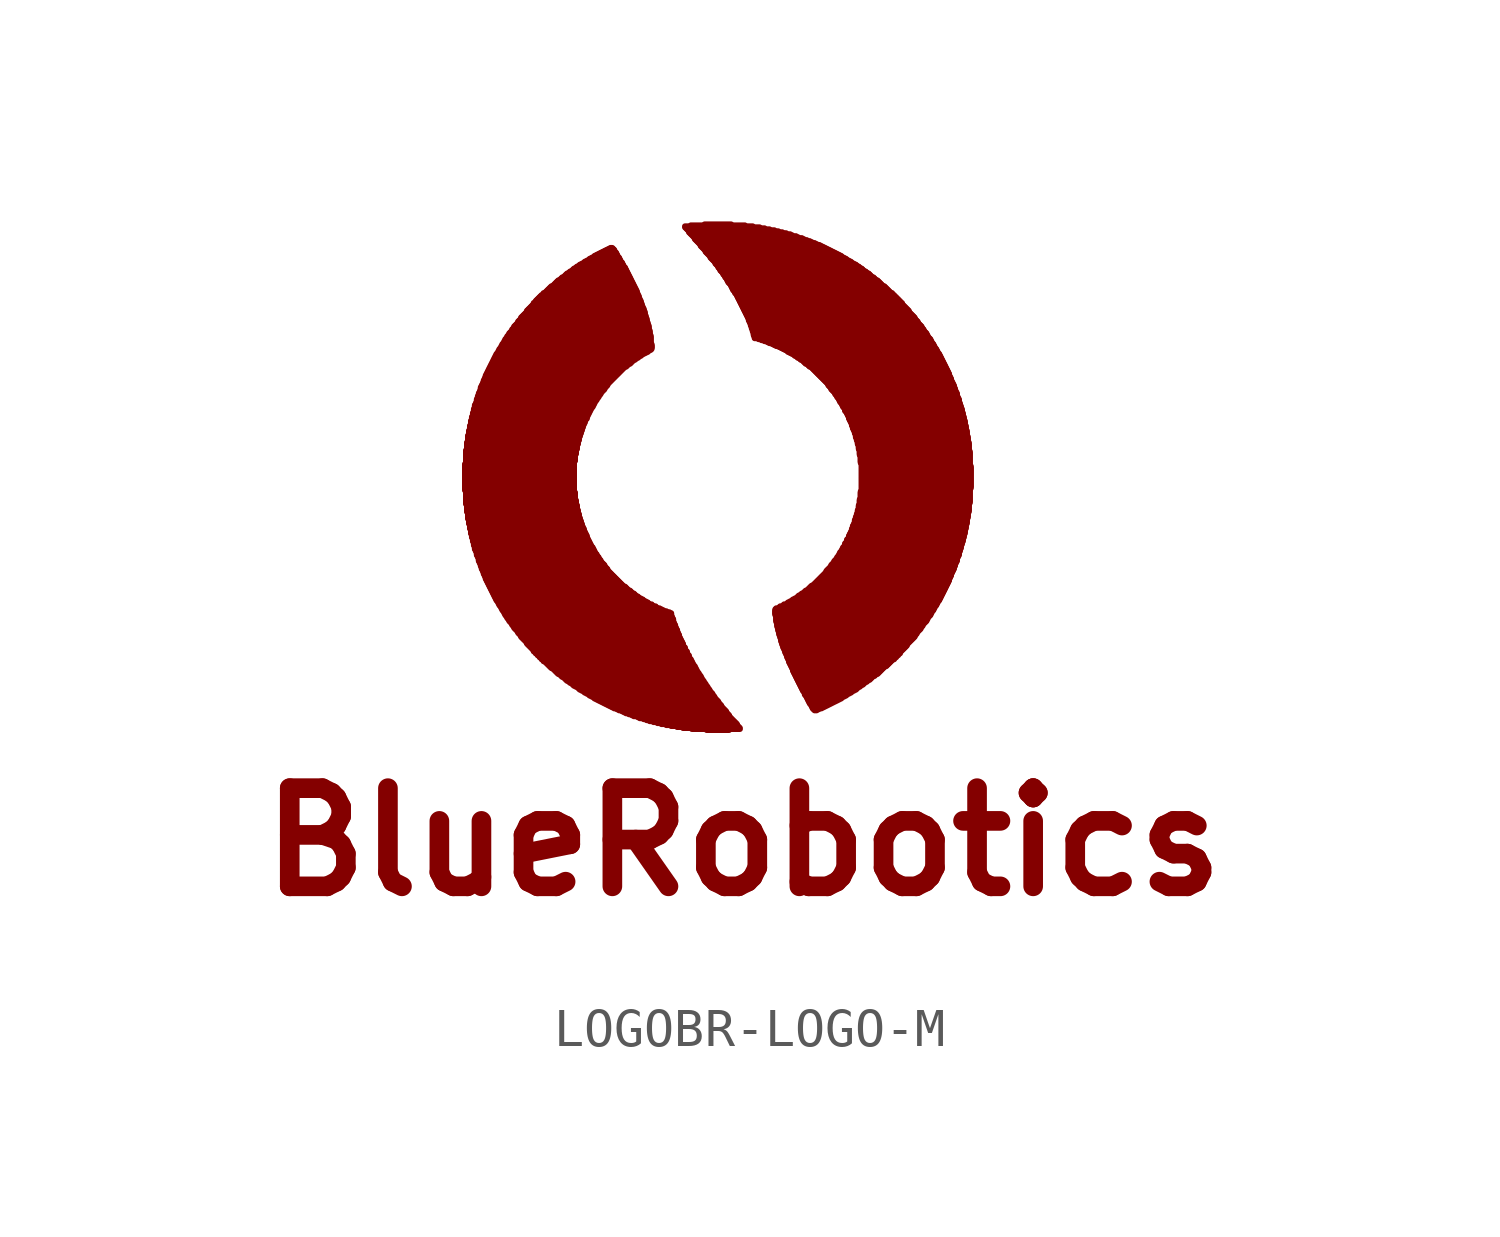
<source format=kicad_sym>
(kicad_symbol_lib
  (version 20231120)
  (generator "kicad_symbol_editor")
  (generator_version "8.0")
  (symbol "LOGOBR-LOGO-M"
    (property "Reference" ""
      (at 0 0 0)
      (effects (font (size 1.27 1.27)) (hide yes)))
    (property "ki_locked" ""
      (at 0 0 0)
      (effects (font (size 1.27 1.27))))
    (symbol "LOGOBR-LOGO-M_1_0"
      (rectangle (start -0.013 6.185) (end 2.807 6.21) (stroke (width 0) (type default)) (fill (type outline)))
      (rectangle (start -0.013 6.21) (end 2.807 6.236) (stroke (width 0) (type default)) (fill (type outline)))
      (rectangle (start -0.013 6.236) (end 2.807 6.261) (stroke (width 0) (type default)) (fill (type outline)))
      (rectangle (start -0.013 6.261) (end 2.807 6.287) (stroke (width 0) (type default)) (fill (type outline)))
      (rectangle (start -0.013 6.287) (end 2.807 6.312) (stroke (width 0) (type default)) (fill (type outline)))
      (rectangle (start -0.013 6.312) (end 2.807 6.337) (stroke (width 0) (type default)) (fill (type outline)))
      (rectangle (start -0.013 6.337) (end 2.807 6.363) (stroke (width 0) (type default)) (fill (type outline)))
      (rectangle (start -0.013 6.363) (end 2.807 6.388) (stroke (width 0) (type default)) (fill (type outline)))
      (rectangle (start -0.013 6.388) (end 2.807 6.413) (stroke (width 0) (type default)) (fill (type outline)))
      (rectangle (start -0.013 6.413) (end 2.807 6.439) (stroke (width 0) (type default)) (fill (type outline)))
      (rectangle (start -0.013 6.439) (end 2.807 6.464) (stroke (width 0) (type default)) (fill (type outline)))
      (rectangle (start -0.013 6.464) (end 2.807 6.49) (stroke (width 0) (type default)) (fill (type outline)))
      (rectangle (start -0.013 6.49) (end 2.807 6.515) (stroke (width 0) (type default)) (fill (type outline)))
      (rectangle (start -0.013 6.515) (end 2.807 6.54) (stroke (width 0) (type default)) (fill (type outline)))
      (rectangle (start -0.013 6.54) (end 2.807 6.566) (stroke (width 0) (type default)) (fill (type outline)))
      (rectangle (start -0.013 6.566) (end 2.807 6.591) (stroke (width 0) (type default)) (fill (type outline)))
      (rectangle (start -0.013 6.591) (end 2.807 6.617) (stroke (width 0) (type default)) (fill (type outline)))
      (rectangle (start -0.013 6.617) (end 2.807 6.642) (stroke (width 0) (type default)) (fill (type outline)))
      (rectangle (start -0.013 6.642) (end 2.807 6.668) (stroke (width 0) (type default)) (fill (type outline)))
      (rectangle (start -0.013 6.668) (end 2.807 6.693) (stroke (width 0) (type default)) (fill (type outline)))
      (rectangle (start -0.013 6.693) (end 2.807 6.718) (stroke (width 0) (type default)) (fill (type outline)))
      (rectangle (start -0.013 6.718) (end 2.807 6.744) (stroke (width 0) (type default)) (fill (type outline)))
      (rectangle (start -0.013 6.744) (end 2.807 6.769) (stroke (width 0) (type default)) (fill (type outline)))
      (rectangle (start -0.013 6.769) (end 2.807 6.795) (stroke (width 0) (type default)) (fill (type outline)))
      (rectangle (start -0.013 6.795) (end 2.807 6.82) (stroke (width 0) (type default)) (fill (type outline)))
      (rectangle (start -0.013 6.82) (end 2.807 6.845) (stroke (width 0) (type default)) (fill (type outline)))
      (rectangle (start -0.013 6.845) (end 2.807 6.871) (stroke (width 0) (type default)) (fill (type outline)))
      (rectangle (start 0.013 5.829) (end 2.857 5.855) (stroke (width 0) (type default)) (fill (type outline)))
      (rectangle (start 0.013 5.855) (end 2.857 5.88) (stroke (width 0) (type default)) (fill (type outline)))
      (rectangle (start 0.013 5.88) (end 2.857 5.905) (stroke (width 0) (type default)) (fill (type outline)))
      (rectangle (start 0.013 5.905) (end 2.857 5.931) (stroke (width 0) (type default)) (fill (type outline)))
      (rectangle (start 0.013 5.931) (end 2.832 5.956) (stroke (width 0) (type default)) (fill (type outline)))
      (rectangle (start 0.013 5.956) (end 2.832 5.982) (stroke (width 0) (type default)) (fill (type outline)))
      (rectangle (start 0.013 5.982) (end 2.832 6.007) (stroke (width 0) (type default)) (fill (type outline)))
      (rectangle (start 0.013 6.007) (end 2.832 6.032) (stroke (width 0) (type default)) (fill (type outline)))
      (rectangle (start 0.013 6.032) (end 2.832 6.058) (stroke (width 0) (type default)) (fill (type outline)))
      (rectangle (start 0.013 6.058) (end 2.832 6.083) (stroke (width 0) (type default)) (fill (type outline)))
      (rectangle (start 0.013 6.083) (end 2.832 6.109) (stroke (width 0) (type default)) (fill (type outline)))
      (rectangle (start 0.013 6.109) (end 2.832 6.134) (stroke (width 0) (type default)) (fill (type outline)))
      (rectangle (start 0.013 6.134) (end 2.807 6.16) (stroke (width 0) (type default)) (fill (type outline)))
      (rectangle (start 0.013 6.16) (end 2.807 6.185) (stroke (width 0) (type default)) (fill (type outline)))
      (rectangle (start 0.013 6.871) (end 2.807 6.896) (stroke (width 0) (type default)) (fill (type outline)))
      (rectangle (start 0.013 6.896) (end 2.807 6.921) (stroke (width 0) (type default)) (fill (type outline)))
      (rectangle (start 0.013 6.921) (end 2.807 6.947) (stroke (width 0) (type default)) (fill (type outline)))
      (rectangle (start 0.013 6.947) (end 2.832 6.972) (stroke (width 0) (type default)) (fill (type outline)))
      (rectangle (start 0.013 6.972) (end 2.832 6.998) (stroke (width 0) (type default)) (fill (type outline)))
      (rectangle (start 0.013 6.998) (end 2.832 7.023) (stroke (width 0) (type default)) (fill (type outline)))
      (rectangle (start 0.013 7.023) (end 2.832 7.048) (stroke (width 0) (type default)) (fill (type outline)))
      (rectangle (start 0.013 7.048) (end 2.832 7.074) (stroke (width 0) (type default)) (fill (type outline)))
      (rectangle (start 0.013 7.074) (end 2.832 7.099) (stroke (width 0) (type default)) (fill (type outline)))
      (rectangle (start 0.013 7.099) (end 2.832 7.125) (stroke (width 0) (type default)) (fill (type outline)))
      (rectangle (start 0.013 7.125) (end 2.857 7.15) (stroke (width 0) (type default)) (fill (type outline)))
      (rectangle (start 0.013 7.15) (end 2.857 7.176) (stroke (width 0) (type default)) (fill (type outline)))
      (rectangle (start 0.013 7.176) (end 2.857 7.201) (stroke (width 0) (type default)) (fill (type outline)))
      (rectangle (start 0.013 7.201) (end 2.857 7.226) (stroke (width 0) (type default)) (fill (type outline)))
      (rectangle (start 0.038 5.626) (end 2.908 5.652) (stroke (width 0) (type default)) (fill (type outline)))
      (rectangle (start 0.038 5.652) (end 2.908 5.677) (stroke (width 0) (type default)) (fill (type outline)))
      (rectangle (start 0.038 5.677) (end 2.883 5.702) (stroke (width 0) (type default)) (fill (type outline)))
      (rectangle (start 0.038 5.702) (end 2.883 5.728) (stroke (width 0) (type default)) (fill (type outline)))
      (rectangle (start 0.038 5.728) (end 2.883 5.753) (stroke (width 0) (type default)) (fill (type outline)))
      (rectangle (start 0.038 5.753) (end 2.883 5.779) (stroke (width 0) (type default)) (fill (type outline)))
      (rectangle (start 0.038 5.779) (end 2.883 5.804) (stroke (width 0) (type default)) (fill (type outline)))
      (rectangle (start 0.038 5.804) (end 2.857 5.829) (stroke (width 0) (type default)) (fill (type outline)))
      (rectangle (start 0.038 7.226) (end 2.857 7.252) (stroke (width 0) (type default)) (fill (type outline)))
      (rectangle (start 0.038 7.252) (end 2.883 7.277) (stroke (width 0) (type default)) (fill (type outline)))
      (rectangle (start 0.038 7.277) (end 2.883 7.303) (stroke (width 0) (type default)) (fill (type outline)))
      (rectangle (start 0.038 7.303) (end 2.883 7.328) (stroke (width 0) (type default)) (fill (type outline)))
      (rectangle (start 0.038 7.328) (end 2.883 7.353) (stroke (width 0) (type default)) (fill (type outline)))
      (rectangle (start 0.038 7.353) (end 2.883 7.379) (stroke (width 0) (type default)) (fill (type outline)))
      (rectangle (start 0.038 7.379) (end 2.908 7.404) (stroke (width 0) (type default)) (fill (type outline)))
      (rectangle (start 0.038 7.404) (end 2.908 7.429) (stroke (width 0) (type default)) (fill (type outline)))
      (rectangle (start 0.064 5.448) (end 2.959 5.474) (stroke (width 0) (type default)) (fill (type outline)))
      (rectangle (start 0.064 5.474) (end 2.934 5.499) (stroke (width 0) (type default)) (fill (type outline)))
      (rectangle (start 0.064 5.499) (end 2.934 5.524) (stroke (width 0) (type default)) (fill (type outline)))
      (rectangle (start 0.064 5.524) (end 2.934 5.55) (stroke (width 0) (type default)) (fill (type outline)))
      (rectangle (start 0.064 5.55) (end 2.934 5.575) (stroke (width 0) (type default)) (fill (type outline)))
      (rectangle (start 0.064 5.575) (end 2.908 5.601) (stroke (width 0) (type default)) (fill (type outline)))
      (rectangle (start 0.064 5.601) (end 2.908 5.626) (stroke (width 0) (type default)) (fill (type outline)))
      (rectangle (start 0.064 7.429) (end 2.908 7.455) (stroke (width 0) (type default)) (fill (type outline)))
      (rectangle (start 0.064 7.455) (end 2.908 7.48) (stroke (width 0) (type default)) (fill (type outline)))
      (rectangle (start 0.064 7.48) (end 2.934 7.506) (stroke (width 0) (type default)) (fill (type outline)))
      (rectangle (start 0.064 7.506) (end 2.934 7.531) (stroke (width 0) (type default)) (fill (type outline)))
      (rectangle (start 0.064 7.531) (end 2.934 7.556) (stroke (width 0) (type default)) (fill (type outline)))
      (rectangle (start 0.064 7.556) (end 2.934 7.582) (stroke (width 0) (type default)) (fill (type outline)))
      (rectangle (start 0.064 7.582) (end 2.959 7.607) (stroke (width 0) (type default)) (fill (type outline)))
      (rectangle (start 0.089 5.321) (end 2.985 5.347) (stroke (width 0) (type default)) (fill (type outline)))
      (rectangle (start 0.089 5.347) (end 2.985 5.372) (stroke (width 0) (type default)) (fill (type outline)))
      (rectangle (start 0.089 5.372) (end 2.985 5.397) (stroke (width 0) (type default)) (fill (type outline)))
      (rectangle (start 0.089 5.397) (end 2.959 5.423) (stroke (width 0) (type default)) (fill (type outline)))
      (rectangle (start 0.089 5.423) (end 2.959 5.448) (stroke (width 0) (type default)) (fill (type outline)))
      (rectangle (start 0.089 7.607) (end 2.959 7.633) (stroke (width 0) (type default)) (fill (type outline)))
      (rectangle (start 0.089 7.633) (end 2.959 7.658) (stroke (width 0) (type default)) (fill (type outline)))
      (rectangle (start 0.089 7.658) (end 2.985 7.684) (stroke (width 0) (type default)) (fill (type outline)))
      (rectangle (start 0.089 7.684) (end 2.985 7.709) (stroke (width 0) (type default)) (fill (type outline)))
      (rectangle (start 0.089 7.709) (end 2.985 7.734) (stroke (width 0) (type default)) (fill (type outline)))
      (rectangle (start 0.114 5.194) (end 3.035 5.22) (stroke (width 0) (type default)) (fill (type outline)))
      (rectangle (start 0.114 5.22) (end 3.035 5.245) (stroke (width 0) (type default)) (fill (type outline)))
      (rectangle (start 0.114 5.245) (end 3.01 5.271) (stroke (width 0) (type default)) (fill (type outline)))
      (rectangle (start 0.114 5.271) (end 3.01 5.296) (stroke (width 0) (type default)) (fill (type outline)))
      (rectangle (start 0.114 5.296) (end 3.01 5.321) (stroke (width 0) (type default)) (fill (type outline)))
      (rectangle (start 0.114 7.734) (end 3.01 7.76) (stroke (width 0) (type default)) (fill (type outline)))
      (rectangle (start 0.114 7.76) (end 3.01 7.785) (stroke (width 0) (type default)) (fill (type outline)))
      (rectangle (start 0.114 7.785) (end 3.01 7.811) (stroke (width 0) (type default)) (fill (type outline)))
      (rectangle (start 0.114 7.811) (end 3.035 7.836) (stroke (width 0) (type default)) (fill (type outline)))
      (rectangle (start 0.114 7.836) (end 3.035 7.861) (stroke (width 0) (type default)) (fill (type outline)))
      (rectangle (start 0.14 5.067) (end 3.086 5.093) (stroke (width 0) (type default)) (fill (type outline)))
      (rectangle (start 0.14 5.093) (end 3.086 5.118) (stroke (width 0) (type default)) (fill (type outline)))
      (rectangle (start 0.14 5.118) (end 3.061 5.144) (stroke (width 0) (type default)) (fill (type outline)))
      (rectangle (start 0.14 5.144) (end 3.061 5.169) (stroke (width 0) (type default)) (fill (type outline)))
      (rectangle (start 0.14 5.169) (end 3.061 5.194) (stroke (width 0) (type default)) (fill (type outline)))
      (rectangle (start 0.14 7.861) (end 3.035 7.887) (stroke (width 0) (type default)) (fill (type outline)))
      (rectangle (start 0.14 7.887) (end 3.061 7.912) (stroke (width 0) (type default)) (fill (type outline)))
      (rectangle (start 0.14 7.912) (end 3.061 7.938) (stroke (width 0) (type default)) (fill (type outline)))
      (rectangle (start 0.14 7.938) (end 3.086 7.963) (stroke (width 0) (type default)) (fill (type outline)))
      (rectangle (start 0.14 7.963) (end 3.086 7.988) (stroke (width 0) (type default)) (fill (type outline)))
      (rectangle (start 0.165 4.966) (end 3.137 4.991) (stroke (width 0) (type default)) (fill (type outline)))
      (rectangle (start 0.165 4.991) (end 3.137 5.016) (stroke (width 0) (type default)) (fill (type outline)))
      (rectangle (start 0.165 5.016) (end 3.111 5.042) (stroke (width 0) (type default)) (fill (type outline)))
      (rectangle (start 0.165 5.042) (end 3.111 5.067) (stroke (width 0) (type default)) (fill (type outline)))
      (rectangle (start 0.165 7.988) (end 3.086 8.014) (stroke (width 0) (type default)) (fill (type outline)))
      (rectangle (start 0.165 8.014) (end 3.111 8.039) (stroke (width 0) (type default)) (fill (type outline)))
      (rectangle (start 0.165 8.039) (end 3.137 8.065) (stroke (width 0) (type default)) (fill (type outline)))
      (rectangle (start 0.165 8.065) (end 3.137 8.09) (stroke (width 0) (type default)) (fill (type outline)))
      (rectangle (start 0.191 4.864) (end 3.188 4.889) (stroke (width 0) (type default)) (fill (type outline)))
      (rectangle (start 0.191 4.889) (end 3.162 4.915) (stroke (width 0) (type default)) (fill (type outline)))
      (rectangle (start 0.191 4.915) (end 3.162 4.94) (stroke (width 0) (type default)) (fill (type outline)))
      (rectangle (start 0.191 4.94) (end 3.137 4.966) (stroke (width 0) (type default)) (fill (type outline)))
      (rectangle (start 0.191 8.09) (end 3.137 8.115) (stroke (width 0) (type default)) (fill (type outline)))
      (rectangle (start 0.191 8.115) (end 3.162 8.141) (stroke (width 0) (type default)) (fill (type outline)))
      (rectangle (start 0.191 8.141) (end 3.162 8.166) (stroke (width 0) (type default)) (fill (type outline)))
      (rectangle (start 0.191 8.166) (end 3.188 8.191) (stroke (width 0) (type default)) (fill (type outline)))
      (rectangle (start 0.216 4.763) (end 3.239 4.788) (stroke (width 0) (type default)) (fill (type outline)))
      (rectangle (start 0.216 4.788) (end 3.213 4.813) (stroke (width 0) (type default)) (fill (type outline)))
      (rectangle (start 0.216 4.813) (end 3.213 4.839) (stroke (width 0) (type default)) (fill (type outline)))
      (rectangle (start 0.216 4.839) (end 3.188 4.864) (stroke (width 0) (type default)) (fill (type outline)))
      (rectangle (start 0.216 8.191) (end 3.188 8.217) (stroke (width 0) (type default)) (fill (type outline)))
      (rectangle (start 0.216 8.217) (end 3.213 8.242) (stroke (width 0) (type default)) (fill (type outline)))
      (rectangle (start 0.216 8.242) (end 3.213 8.268) (stroke (width 0) (type default)) (fill (type outline)))
      (rectangle (start 0.216 8.268) (end 3.239 8.293) (stroke (width 0) (type default)) (fill (type outline)))
      (rectangle (start 0.241 4.661) (end 3.289 4.686) (stroke (width 0) (type default)) (fill (type outline)))
      (rectangle (start 0.241 4.686) (end 3.289 4.712) (stroke (width 0) (type default)) (fill (type outline)))
      (rectangle (start 0.241 4.712) (end 3.264 4.737) (stroke (width 0) (type default)) (fill (type outline)))
      (rectangle (start 0.241 4.737) (end 3.239 4.763) (stroke (width 0) (type default)) (fill (type outline)))
      (rectangle (start 0.241 8.293) (end 3.239 8.319) (stroke (width 0) (type default)) (fill (type outline)))
      (rectangle (start 0.241 8.319) (end 3.264 8.344) (stroke (width 0) (type default)) (fill (type outline)))
      (rectangle (start 0.241 8.344) (end 3.289 8.369) (stroke (width 0) (type default)) (fill (type outline)))
      (rectangle (start 0.241 8.369) (end 3.289 8.395) (stroke (width 0) (type default)) (fill (type outline)))
      (rectangle (start 0.267 4.61) (end 3.315 4.636) (stroke (width 0) (type default)) (fill (type outline)))
      (rectangle (start 0.267 4.636) (end 3.315 4.661) (stroke (width 0) (type default)) (fill (type outline)))
      (rectangle (start 0.267 8.395) (end 3.315 8.42) (stroke (width 0) (type default)) (fill (type outline)))
      (rectangle (start 0.267 8.42) (end 3.315 8.445) (stroke (width 0) (type default)) (fill (type outline)))
      (rectangle (start 0.292 4.508) (end 3.391 4.534) (stroke (width 0) (type default)) (fill (type outline)))
      (rectangle (start 0.292 4.534) (end 3.365 4.559) (stroke (width 0) (type default)) (fill (type outline)))
      (rectangle (start 0.292 4.559) (end 3.34 4.585) (stroke (width 0) (type default)) (fill (type outline)))
      (rectangle (start 0.292 4.585) (end 3.34 4.61) (stroke (width 0) (type default)) (fill (type outline)))
      (rectangle (start 0.292 8.445) (end 3.34 8.471) (stroke (width 0) (type default)) (fill (type outline)))
      (rectangle (start 0.292 8.471) (end 3.34 8.496) (stroke (width 0) (type default)) (fill (type outline)))
      (rectangle (start 0.292 8.496) (end 3.365 8.522) (stroke (width 0) (type default)) (fill (type outline)))
      (rectangle (start 0.292 8.522) (end 3.391 8.547) (stroke (width 0) (type default)) (fill (type outline)))
      (rectangle (start 0.318 4.458) (end 3.416 4.483) (stroke (width 0) (type default)) (fill (type outline)))
      (rectangle (start 0.318 4.483) (end 3.391 4.508) (stroke (width 0) (type default)) (fill (type outline)))
      (rectangle (start 0.318 8.547) (end 3.391 8.572) (stroke (width 0) (type default)) (fill (type outline)))
      (rectangle (start 0.318 8.572) (end 3.416 8.598) (stroke (width 0) (type default)) (fill (type outline)))
      (rectangle (start 0.318 8.598) (end 3.442 8.623) (stroke (width 0) (type default)) (fill (type outline)))
      (rectangle (start 0.343 4.356) (end 3.493 4.381) (stroke (width 0) (type default)) (fill (type outline)))
      (rectangle (start 0.343 4.381) (end 3.467 4.407) (stroke (width 0) (type default)) (fill (type outline)))
      (rectangle (start 0.343 4.407) (end 3.442 4.432) (stroke (width 0) (type default)) (fill (type outline)))
      (rectangle (start 0.343 4.432) (end 3.442 4.458) (stroke (width 0) (type default)) (fill (type outline)))
      (rectangle (start 0.343 8.623) (end 3.442 8.649) (stroke (width 0) (type default)) (fill (type outline)))
      (rectangle (start 0.343 8.649) (end 3.467 8.674) (stroke (width 0) (type default)) (fill (type outline)))
      (rectangle (start 0.343 8.674) (end 3.493 8.7) (stroke (width 0) (type default)) (fill (type outline)))
      (rectangle (start 0.368 4.305) (end 3.518 4.331) (stroke (width 0) (type default)) (fill (type outline)))
      (rectangle (start 0.368 4.331) (end 3.493 4.356) (stroke (width 0) (type default)) (fill (type outline)))
      (rectangle (start 0.368 8.7) (end 3.493 8.725) (stroke (width 0) (type default)) (fill (type outline)))
      (rectangle (start 0.368 8.725) (end 3.518 8.75) (stroke (width 0) (type default)) (fill (type outline)))
      (rectangle (start 0.394 4.229) (end 3.594 4.255) (stroke (width 0) (type default)) (fill (type outline)))
      (rectangle (start 0.394 4.255) (end 3.569 4.28) (stroke (width 0) (type default)) (fill (type outline)))
      (rectangle (start 0.394 4.28) (end 3.543 4.305) (stroke (width 0) (type default)) (fill (type outline)))
      (rectangle (start 0.394 8.75) (end 3.543 8.776) (stroke (width 0) (type default)) (fill (type outline)))
      (rectangle (start 0.394 8.776) (end 3.569 8.801) (stroke (width 0) (type default)) (fill (type outline)))
      (rectangle (start 0.394 8.801) (end 3.594 8.826) (stroke (width 0) (type default)) (fill (type outline)))
      (rectangle (start 0.394 8.826) (end 3.594 8.852) (stroke (width 0) (type default)) (fill (type outline)))
      (rectangle (start 0.419 4.153) (end 3.645 4.178) (stroke (width 0) (type default)) (fill (type outline)))
      (rectangle (start 0.419 4.178) (end 3.619 4.204) (stroke (width 0) (type default)) (fill (type outline)))
      (rectangle (start 0.419 4.204) (end 3.594 4.229) (stroke (width 0) (type default)) (fill (type outline)))
      (rectangle (start 0.419 8.852) (end 3.619 8.877) (stroke (width 0) (type default)) (fill (type outline)))
      (rectangle (start 0.419 8.877) (end 3.645 8.903) (stroke (width 0) (type default)) (fill (type outline)))
      (rectangle (start 0.445 4.102) (end 3.67 4.128) (stroke (width 0) (type default)) (fill (type outline)))
      (rectangle (start 0.445 4.128) (end 3.67 4.153) (stroke (width 0) (type default)) (fill (type outline)))
      (rectangle (start 0.445 8.903) (end 3.67 8.928) (stroke (width 0) (type default)) (fill (type outline)))
      (rectangle (start 0.445 8.928) (end 3.67 8.954) (stroke (width 0) (type default)) (fill (type outline)))
      (rectangle (start 0.47 4.026) (end 3.747 4.051) (stroke (width 0) (type default)) (fill (type outline)))
      (rectangle (start 0.47 4.051) (end 3.721 4.077) (stroke (width 0) (type default)) (fill (type outline)))
      (rectangle (start 0.47 4.077) (end 3.696 4.102) (stroke (width 0) (type default)) (fill (type outline)))
      (rectangle (start 0.47 8.954) (end 3.696 8.979) (stroke (width 0) (type default)) (fill (type outline)))
      (rectangle (start 0.47 8.979) (end 3.721 9.004) (stroke (width 0) (type default)) (fill (type outline)))
      (rectangle (start 0.47 9.004) (end 3.747 9.03) (stroke (width 0) (type default)) (fill (type outline)))
      (rectangle (start 0.495 3.975) (end 3.797 4) (stroke (width 0) (type default)) (fill (type outline)))
      (rectangle (start 0.495 4) (end 3.772 4.026) (stroke (width 0) (type default)) (fill (type outline)))
      (rectangle (start 0.495 9.03) (end 3.772 9.055) (stroke (width 0) (type default)) (fill (type outline)))
      (rectangle (start 0.495 9.055) (end 3.797 9.081) (stroke (width 0) (type default)) (fill (type outline)))
      (rectangle (start 0.521 3.899) (end 3.873 3.924) (stroke (width 0) (type default)) (fill (type outline)))
      (rectangle (start 0.521 3.924) (end 3.848 3.95) (stroke (width 0) (type default)) (fill (type outline)))
      (rectangle (start 0.521 3.95) (end 3.823 3.975) (stroke (width 0) (type default)) (fill (type outline)))
      (rectangle (start 0.521 9.081) (end 3.823 9.106) (stroke (width 0) (type default)) (fill (type outline)))
      (rectangle (start 0.521 9.106) (end 3.848 9.131) (stroke (width 0) (type default)) (fill (type outline)))
      (rectangle (start 0.521 9.131) (end 3.873 9.157) (stroke (width 0) (type default)) (fill (type outline)))
      (rectangle (start 0.546 3.848) (end 3.924 3.873) (stroke (width 0) (type default)) (fill (type outline)))
      (rectangle (start 0.546 3.873) (end 3.899 3.899) (stroke (width 0) (type default)) (fill (type outline)))
      (rectangle (start 0.546 9.157) (end 3.899 9.182) (stroke (width 0) (type default)) (fill (type outline)))
      (rectangle (start 0.546 9.182) (end 3.924 9.207) (stroke (width 0) (type default)) (fill (type outline)))
      (rectangle (start 0.572 3.797) (end 3.975 3.823) (stroke (width 0) (type default)) (fill (type outline)))
      (rectangle (start 0.572 3.823) (end 3.95 3.848) (stroke (width 0) (type default)) (fill (type outline)))
      (rectangle (start 0.572 9.207) (end 3.95 9.233) (stroke (width 0) (type default)) (fill (type outline)))
      (rectangle (start 0.572 9.233) (end 3.975 9.258) (stroke (width 0) (type default)) (fill (type outline)))
      (rectangle (start 0.597 3.747) (end 4.026 3.772) (stroke (width 0) (type default)) (fill (type outline)))
      (rectangle (start 0.597 3.772) (end 4 3.797) (stroke (width 0) (type default)) (fill (type outline)))
      (rectangle (start 0.597 9.258) (end 4 9.284) (stroke (width 0) (type default)) (fill (type outline)))
      (rectangle (start 0.597 9.284) (end 4.026 9.309) (stroke (width 0) (type default)) (fill (type outline)))
      (rectangle (start 0.622 3.696) (end 4.077 3.721) (stroke (width 0) (type default)) (fill (type outline)))
      (rectangle (start 0.622 3.721) (end 4.051 3.747) (stroke (width 0) (type default)) (fill (type outline)))
      (rectangle (start 0.622 9.309) (end 4.051 9.335) (stroke (width 0) (type default)) (fill (type outline)))
      (rectangle (start 0.622 9.335) (end 4.077 9.36) (stroke (width 0) (type default)) (fill (type outline)))
      (rectangle (start 0.648 3.645) (end 4.153 3.67) (stroke (width 0) (type default)) (fill (type outline)))
      (rectangle (start 0.648 3.67) (end 4.128 3.696) (stroke (width 0) (type default)) (fill (type outline)))
      (rectangle (start 0.648 9.36) (end 4.102 9.385) (stroke (width 0) (type default)) (fill (type outline)))
      (rectangle (start 0.648 9.385) (end 4.153 9.411) (stroke (width 0) (type default)) (fill (type outline)))
      (rectangle (start 0.673 3.594) (end 4.204 3.619) (stroke (width 0) (type default)) (fill (type outline)))
      (rectangle (start 0.673 3.619) (end 4.178 3.645) (stroke (width 0) (type default)) (fill (type outline)))
      (rectangle (start 0.673 9.411) (end 4.178 9.436) (stroke (width 0) (type default)) (fill (type outline)))
      (rectangle (start 0.673 9.436) (end 4.204 9.461) (stroke (width 0) (type default)) (fill (type outline)))
      (rectangle (start 0.699 3.543) (end 4.28 3.569) (stroke (width 0) (type default)) (fill (type outline)))
      (rectangle (start 0.699 3.569) (end 4.255 3.594) (stroke (width 0) (type default)) (fill (type outline)))
      (rectangle (start 0.699 9.461) (end 4.255 9.487) (stroke (width 0) (type default)) (fill (type outline)))
      (rectangle (start 0.699 9.487) (end 4.28 9.512) (stroke (width 0) (type default)) (fill (type outline)))
      (rectangle (start 0.724 3.493) (end 4.356 3.518) (stroke (width 0) (type default)) (fill (type outline)))
      (rectangle (start 0.724 3.518) (end 4.305 3.543) (stroke (width 0) (type default)) (fill (type outline)))
      (rectangle (start 0.724 9.512) (end 4.305 9.538) (stroke (width 0) (type default)) (fill (type outline)))
      (rectangle (start 0.724 9.538) (end 4.331 9.563) (stroke (width 0) (type default)) (fill (type outline)))
      (rectangle (start 0.749 3.442) (end 4.407 3.467) (stroke (width 0) (type default)) (fill (type outline)))
      (rectangle (start 0.749 3.467) (end 4.381 3.493) (stroke (width 0) (type default)) (fill (type outline)))
      (rectangle (start 0.749 9.563) (end 4.381 9.588) (stroke (width 0) (type default)) (fill (type outline)))
      (rectangle (start 0.749 9.588) (end 4.407 9.614) (stroke (width 0) (type default)) (fill (type outline)))
      (rectangle (start 0.775 3.391) (end 4.483 3.416) (stroke (width 0) (type default)) (fill (type outline)))
      (rectangle (start 0.775 3.416) (end 4.458 3.442) (stroke (width 0) (type default)) (fill (type outline)))
      (rectangle (start 0.775 9.614) (end 4.458 9.639) (stroke (width 0) (type default)) (fill (type outline)))
      (rectangle (start 0.775 9.639) (end 4.483 9.665) (stroke (width 0) (type default)) (fill (type outline)))
      (rectangle (start 0.8 3.34) (end 4.585 3.365) (stroke (width 0) (type default)) (fill (type outline)))
      (rectangle (start 0.8 3.365) (end 4.534 3.391) (stroke (width 0) (type default)) (fill (type outline)))
      (rectangle (start 0.8 9.665) (end 4.534 9.69) (stroke (width 0) (type default)) (fill (type outline)))
      (rectangle (start 0.8 9.69) (end 4.559 9.716) (stroke (width 0) (type default)) (fill (type outline)))
      (rectangle (start 0.826 3.315) (end 4.61 3.34) (stroke (width 0) (type default)) (fill (type outline)))
      (rectangle (start 0.826 9.716) (end 4.61 9.741) (stroke (width 0) (type default)) (fill (type outline)))
      (rectangle (start 0.851 3.264) (end 4.712 3.289) (stroke (width 0) (type default)) (fill (type outline)))
      (rectangle (start 0.851 3.289) (end 4.661 3.315) (stroke (width 0) (type default)) (fill (type outline)))
      (rectangle (start 0.851 9.741) (end 4.661 9.766) (stroke (width 0) (type default)) (fill (type outline)))
      (rectangle (start 0.851 9.766) (end 4.712 9.792) (stroke (width 0) (type default)) (fill (type outline)))
      (rectangle (start 0.876 3.213) (end 4.813 3.239) (stroke (width 0) (type default)) (fill (type outline)))
      (rectangle (start 0.876 3.239) (end 4.737 3.264) (stroke (width 0) (type default)) (fill (type outline)))
      (rectangle (start 0.876 9.792) (end 4.737 9.817) (stroke (width 0) (type default)) (fill (type outline)))
      (rectangle (start 0.876 9.817) (end 4.788 9.842) (stroke (width 0) (type default)) (fill (type outline)))
      (rectangle (start 0.902 3.188) (end 4.839 3.213) (stroke (width 0) (type default)) (fill (type outline)))
      (rectangle (start 0.902 9.842) (end 4.813 9.868) (stroke (width 0) (type default)) (fill (type outline)))
      (rectangle (start 0.927 3.137) (end 4.94 3.162) (stroke (width 0) (type default)) (fill (type outline)))
      (rectangle (start 0.927 3.162) (end 4.915 3.188) (stroke (width 0) (type default)) (fill (type outline)))
      (rectangle (start 0.927 9.868) (end 4.813 9.893) (stroke (width 0) (type default)) (fill (type outline)))
      (rectangle (start 0.927 9.893) (end 4.813 9.919) (stroke (width 0) (type default)) (fill (type outline)))
      (rectangle (start 0.953 3.086) (end 5.067 3.111) (stroke (width 0) (type default)) (fill (type outline)))
      (rectangle (start 0.953 3.111) (end 5.016 3.137) (stroke (width 0) (type default)) (fill (type outline)))
      (rectangle (start 0.953 9.919) (end 4.813 9.944) (stroke (width 0) (type default)) (fill (type outline)))
      (rectangle (start 0.953 9.944) (end 4.813 9.97) (stroke (width 0) (type default)) (fill (type outline)))
      (rectangle (start 0.978 3.061) (end 5.118 3.086) (stroke (width 0) (type default)) (fill (type outline)))
      (rectangle (start 0.978 9.97) (end 4.788 9.995) (stroke (width 0) (type default)) (fill (type outline)))
      (rectangle (start 1.003 3.01) (end 5.271 3.035) (stroke (width 0) (type default)) (fill (type outline)))
      (rectangle (start 1.003 3.035) (end 5.194 3.061) (stroke (width 0) (type default)) (fill (type outline)))
      (rectangle (start 1.003 9.995) (end 4.788 10.02) (stroke (width 0) (type default)) (fill (type outline)))
      (rectangle (start 1.003 10.02) (end 4.788 10.046) (stroke (width 0) (type default)) (fill (type outline)))
      (rectangle (start 1.029 2.959) (end 5.321 2.985) (stroke (width 0) (type default)) (fill (type outline)))
      (rectangle (start 1.029 2.985) (end 5.321 3.01) (stroke (width 0) (type default)) (fill (type outline)))
      (rectangle (start 1.029 10.046) (end 4.788 10.071) (stroke (width 0) (type default)) (fill (type outline)))
      (rectangle (start 1.029 10.071) (end 4.788 10.097) (stroke (width 0) (type default)) (fill (type outline)))
      (rectangle (start 1.054 2.934) (end 5.321 2.959) (stroke (width 0) (type default)) (fill (type outline)))
      (rectangle (start 1.054 10.097) (end 4.788 10.122) (stroke (width 0) (type default)) (fill (type outline)))
      (rectangle (start 1.079 2.883) (end 5.347 2.908) (stroke (width 0) (type default)) (fill (type outline)))
      (rectangle (start 1.079 2.908) (end 5.321 2.934) (stroke (width 0) (type default)) (fill (type outline)))
      (rectangle (start 1.079 10.122) (end 4.788 10.147) (stroke (width 0) (type default)) (fill (type outline)))
      (rectangle (start 1.079 10.147) (end 4.788 10.173) (stroke (width 0) (type default)) (fill (type outline)))
      (rectangle (start 1.105 2.857) (end 5.347 2.883) (stroke (width 0) (type default)) (fill (type outline)))
      (rectangle (start 1.105 10.173) (end 4.788 10.198) (stroke (width 0) (type default)) (fill (type outline)))
      (rectangle (start 1.13 2.807) (end 5.372 2.832) (stroke (width 0) (type default)) (fill (type outline)))
      (rectangle (start 1.13 2.832) (end 5.372 2.857) (stroke (width 0) (type default)) (fill (type outline)))
      (rectangle (start 1.13 10.198) (end 4.763 10.223) (stroke (width 0) (type default)) (fill (type outline)))
      (rectangle (start 1.13 10.223) (end 4.763 10.249) (stroke (width 0) (type default)) (fill (type outline)))
      (rectangle (start 1.156 2.781) (end 5.372 2.807) (stroke (width 0) (type default)) (fill (type outline)))
      (rectangle (start 1.156 10.249) (end 4.763 10.274) (stroke (width 0) (type default)) (fill (type outline)))
      (rectangle (start 1.181 2.756) (end 5.372 2.781) (stroke (width 0) (type default)) (fill (type outline)))
      (rectangle (start 1.181 10.274) (end 4.763 10.3) (stroke (width 0) (type default)) (fill (type outline)))
      (rectangle (start 1.206 2.705) (end 5.397 2.731) (stroke (width 0) (type default)) (fill (type outline)))
      (rectangle (start 1.206 2.731) (end 5.397 2.756) (stroke (width 0) (type default)) (fill (type outline)))
      (rectangle (start 1.206 10.3) (end 4.763 10.325) (stroke (width 0) (type default)) (fill (type outline)))
      (rectangle (start 1.206 10.325) (end 4.737 10.351) (stroke (width 0) (type default)) (fill (type outline)))
      (rectangle (start 1.232 2.68) (end 5.423 2.705) (stroke (width 0) (type default)) (fill (type outline)))
      (rectangle (start 1.232 10.351) (end 4.737 10.376) (stroke (width 0) (type default)) (fill (type outline)))
      (rectangle (start 1.257 2.629) (end 5.423 2.654) (stroke (width 0) (type default)) (fill (type outline)))
      (rectangle (start 1.257 2.654) (end 5.423 2.68) (stroke (width 0) (type default)) (fill (type outline)))
      (rectangle (start 1.257 10.376) (end 4.737 10.401) (stroke (width 0) (type default)) (fill (type outline)))
      (rectangle (start 1.257 10.401) (end 4.737 10.427) (stroke (width 0) (type default)) (fill (type outline)))
      (rectangle (start 1.283 2.603) (end 5.448 2.629) (stroke (width 0) (type default)) (fill (type outline)))
      (rectangle (start 1.283 10.427) (end 4.737 10.452) (stroke (width 0) (type default)) (fill (type outline)))
      (rectangle (start 1.308 2.578) (end 5.448 2.603) (stroke (width 0) (type default)) (fill (type outline)))
      (rectangle (start 1.308 10.452) (end 4.712 10.477) (stroke (width 0) (type default)) (fill (type outline)))
      (rectangle (start 1.333 2.553) (end 5.474 2.578) (stroke (width 0) (type default)) (fill (type outline)))
      (rectangle (start 1.333 10.477) (end 4.712 10.503) (stroke (width 0) (type default)) (fill (type outline)))
      (rectangle (start 1.359 2.502) (end 5.474 2.527) (stroke (width 0) (type default)) (fill (type outline)))
      (rectangle (start 1.359 2.527) (end 5.474 2.553) (stroke (width 0) (type default)) (fill (type outline)))
      (rectangle (start 1.359 10.503) (end 4.712 10.528) (stroke (width 0) (type default)) (fill (type outline)))
      (rectangle (start 1.359 10.528) (end 4.686 10.554) (stroke (width 0) (type default)) (fill (type outline)))
      (rectangle (start 1.384 2.477) (end 5.499 2.502) (stroke (width 0) (type default)) (fill (type outline)))
      (rectangle (start 1.384 10.554) (end 4.686 10.579) (stroke (width 0) (type default)) (fill (type outline)))
      (rectangle (start 1.41 2.451) (end 5.499 2.477) (stroke (width 0) (type default)) (fill (type outline)))
      (rectangle (start 1.41 10.579) (end 4.686 10.604) (stroke (width 0) (type default)) (fill (type outline)))
      (rectangle (start 1.435 2.4) (end 5.524 2.426) (stroke (width 0) (type default)) (fill (type outline)))
      (rectangle (start 1.435 2.426) (end 5.524 2.451) (stroke (width 0) (type default)) (fill (type outline)))
      (rectangle (start 1.435 10.604) (end 4.686 10.63) (stroke (width 0) (type default)) (fill (type outline)))
      (rectangle (start 1.435 10.63) (end 4.661 10.655) (stroke (width 0) (type default)) (fill (type outline)))
      (rectangle (start 1.46 2.375) (end 5.524 2.4) (stroke (width 0) (type default)) (fill (type outline)))
      (rectangle (start 1.46 10.655) (end 4.661 10.681) (stroke (width 0) (type default)) (fill (type outline)))
      (rectangle (start 1.486 2.349) (end 5.55 2.375) (stroke (width 0) (type default)) (fill (type outline)))
      (rectangle (start 1.486 10.681) (end 4.661 10.706) (stroke (width 0) (type default)) (fill (type outline)))
      (rectangle (start 1.511 2.324) (end 5.55 2.349) (stroke (width 0) (type default)) (fill (type outline)))
      (rectangle (start 1.511 10.706) (end 4.636 10.732) (stroke (width 0) (type default)) (fill (type outline)))
      (rectangle (start 1.537 2.299) (end 5.575 2.324) (stroke (width 0) (type default)) (fill (type outline)))
      (rectangle (start 1.537 10.732) (end 4.636 10.757) (stroke (width 0) (type default)) (fill (type outline)))
      (rectangle (start 1.562 2.273) (end 5.575 2.299) (stroke (width 0) (type default)) (fill (type outline)))
      (rectangle (start 1.562 10.757) (end 4.636 10.782) (stroke (width 0) (type default)) (fill (type outline)))
      (rectangle (start 1.587 2.223) (end 5.601 2.248) (stroke (width 0) (type default)) (fill (type outline)))
      (rectangle (start 1.587 2.248) (end 5.601 2.273) (stroke (width 0) (type default)) (fill (type outline)))
      (rectangle (start 1.587 10.782) (end 4.636 10.808) (stroke (width 0) (type default)) (fill (type outline)))
      (rectangle (start 1.587 10.808) (end 4.61 10.833) (stroke (width 0) (type default)) (fill (type outline)))
      (rectangle (start 1.613 2.197) (end 5.626 2.223) (stroke (width 0) (type default)) (fill (type outline)))
      (rectangle (start 1.613 10.833) (end 4.61 10.858) (stroke (width 0) (type default)) (fill (type outline)))
      (rectangle (start 1.638 2.172) (end 5.626 2.197) (stroke (width 0) (type default)) (fill (type outline)))
      (rectangle (start 1.638 10.858) (end 4.61 10.884) (stroke (width 0) (type default)) (fill (type outline)))
      (rectangle (start 1.664 2.146) (end 5.626 2.172) (stroke (width 0) (type default)) (fill (type outline)))
      (rectangle (start 1.664 10.884) (end 4.585 10.909) (stroke (width 0) (type default)) (fill (type outline)))
      (rectangle (start 1.689 2.121) (end 5.652 2.146) (stroke (width 0) (type default)) (fill (type outline)))
      (rectangle (start 1.689 10.909) (end 4.585 10.935) (stroke (width 0) (type default)) (fill (type outline)))
      (rectangle (start 1.714 2.095) (end 5.677 2.121) (stroke (width 0) (type default)) (fill (type outline)))
      (rectangle (start 1.714 10.935) (end 4.559 10.96) (stroke (width 0) (type default)) (fill (type outline)))
      (rectangle (start 1.74 2.07) (end 5.677 2.095) (stroke (width 0) (type default)) (fill (type outline)))
      (rectangle (start 1.74 10.96) (end 4.559 10.986) (stroke (width 0) (type default)) (fill (type outline)))
      (rectangle (start 1.765 2.019) (end 5.702 2.045) (stroke (width 0) (type default)) (fill (type outline)))
      (rectangle (start 1.765 2.045) (end 5.677 2.07) (stroke (width 0) (type default)) (fill (type outline)))
      (rectangle (start 1.765 10.986) (end 4.559 11.011) (stroke (width 0) (type default)) (fill (type outline)))
      (rectangle (start 1.765 11.011) (end 4.534 11.036) (stroke (width 0) (type default)) (fill (type outline)))
      (rectangle (start 1.816 1.968) (end 5.728 1.994) (stroke (width 0) (type default)) (fill (type outline)))
      (rectangle (start 1.816 1.994) (end 5.728 2.019) (stroke (width 0) (type default)) (fill (type outline)))
      (rectangle (start 1.816 11.036) (end 4.534 11.062) (stroke (width 0) (type default)) (fill (type outline)))
      (rectangle (start 1.816 11.062) (end 4.534 11.087) (stroke (width 0) (type default)) (fill (type outline)))
      (rectangle (start 1.841 11.087) (end 4.508 11.113) (stroke (width 0) (type default)) (fill (type outline)))
      (rectangle (start 1.867 1.918) (end 5.753 1.943) (stroke (width 0) (type default)) (fill (type outline)))
      (rectangle (start 1.867 1.943) (end 5.728 1.968) (stroke (width 0) (type default)) (fill (type outline)))
      (rectangle (start 1.867 11.113) (end 4.508 11.138) (stroke (width 0) (type default)) (fill (type outline)))
      (rectangle (start 1.892 11.138) (end 4.483 11.163) (stroke (width 0) (type default)) (fill (type outline)))
      (rectangle (start 1.918 1.867) (end 5.779 1.892) (stroke (width 0) (type default)) (fill (type outline)))
      (rectangle (start 1.918 1.892) (end 5.779 1.918) (stroke (width 0) (type default)) (fill (type outline)))
      (rectangle (start 1.918 11.163) (end 4.483 11.189) (stroke (width 0) (type default)) (fill (type outline)))
      (rectangle (start 1.943 11.189) (end 4.483 11.214) (stroke (width 0) (type default)) (fill (type outline)))
      (rectangle (start 1.968 1.816) (end 5.804 1.841) (stroke (width 0) (type default)) (fill (type outline)))
      (rectangle (start 1.968 1.841) (end 5.779 1.867) (stroke (width 0) (type default)) (fill (type outline)))
      (rectangle (start 1.968 11.214) (end 4.458 11.239) (stroke (width 0) (type default)) (fill (type outline)))
      (rectangle (start 2.019 1.765) (end 5.829 1.791) (stroke (width 0) (type default)) (fill (type outline)))
      (rectangle (start 2.019 1.791) (end 5.829 1.816) (stroke (width 0) (type default)) (fill (type outline)))
      (rectangle (start 2.019 11.239) (end 4.458 11.265) (stroke (width 0) (type default)) (fill (type outline)))
      (rectangle (start 2.019 11.265) (end 4.432 11.29) (stroke (width 0) (type default)) (fill (type outline)))
      (rectangle (start 2.07 1.74) (end 5.855 1.765) (stroke (width 0) (type default)) (fill (type outline)))
      (rectangle (start 2.07 11.29) (end 4.432 11.316) (stroke (width 0) (type default)) (fill (type outline)))
      (rectangle (start 2.095 1.714) (end 5.855 1.74) (stroke (width 0) (type default)) (fill (type outline)))
      (rectangle (start 2.095 11.316) (end 4.432 11.341) (stroke (width 0) (type default)) (fill (type outline)))
      (rectangle (start 2.121 1.689) (end 5.88 1.714) (stroke (width 0) (type default)) (fill (type outline)))
      (rectangle (start 2.121 11.341) (end 4.407 11.367) (stroke (width 0) (type default)) (fill (type outline)))
      (rectangle (start 2.146 1.664) (end 5.88 1.689) (stroke (width 0) (type default)) (fill (type outline)))
      (rectangle (start 2.146 11.367) (end 4.407 11.392) (stroke (width 0) (type default)) (fill (type outline)))
      (rectangle (start 2.172 1.638) (end 5.905 1.664) (stroke (width 0) (type default)) (fill (type outline)))
      (rectangle (start 2.172 11.392) (end 4.381 11.417) (stroke (width 0) (type default)) (fill (type outline)))
      (rectangle (start 2.197 1.613) (end 5.931 1.638) (stroke (width 0) (type default)) (fill (type outline)))
      (rectangle (start 2.197 11.417) (end 4.381 11.443) (stroke (width 0) (type default)) (fill (type outline)))
      (rectangle (start 2.223 1.587) (end 5.931 1.613) (stroke (width 0) (type default)) (fill (type outline)))
      (rectangle (start 2.223 11.443) (end 4.356 11.468) (stroke (width 0) (type default)) (fill (type outline)))
      (rectangle (start 2.273 1.562) (end 5.956 1.587) (stroke (width 0) (type default)) (fill (type outline)))
      (rectangle (start 2.273 11.468) (end 4.356 11.493) (stroke (width 0) (type default)) (fill (type outline)))
      (rectangle (start 2.299 1.537) (end 5.956 1.562) (stroke (width 0) (type default)) (fill (type outline)))
      (rectangle (start 2.299 11.493) (end 4.331 11.519) (stroke (width 0) (type default)) (fill (type outline)))
      (rectangle (start 2.324 1.511) (end 5.982 1.537) (stroke (width 0) (type default)) (fill (type outline)))
      (rectangle (start 2.324 11.519) (end 4.331 11.544) (stroke (width 0) (type default)) (fill (type outline)))
      (rectangle (start 2.349 1.486) (end 5.982 1.511) (stroke (width 0) (type default)) (fill (type outline)))
      (rectangle (start 2.349 11.544) (end 4.305 11.57) (stroke (width 0) (type default)) (fill (type outline)))
      (rectangle (start 2.375 1.46) (end 6.007 1.486) (stroke (width 0) (type default)) (fill (type outline)))
      (rectangle (start 2.375 11.57) (end 4.305 11.595) (stroke (width 0) (type default)) (fill (type outline)))
      (rectangle (start 2.4 1.435) (end 6.032 1.46) (stroke (width 0) (type default)) (fill (type outline)))
      (rectangle (start 2.4 11.595) (end 4.28 11.62) (stroke (width 0) (type default)) (fill (type outline)))
      (rectangle (start 2.451 1.41) (end 6.032 1.435) (stroke (width 0) (type default)) (fill (type outline)))
      (rectangle (start 2.451 11.62) (end 4.28 11.646) (stroke (width 0) (type default)) (fill (type outline)))
      (rectangle (start 2.477 1.384) (end 6.058 1.41) (stroke (width 0) (type default)) (fill (type outline)))
      (rectangle (start 2.477 11.646) (end 4.255 11.671) (stroke (width 0) (type default)) (fill (type outline)))
      (rectangle (start 2.502 1.359) (end 6.083 1.384) (stroke (width 0) (type default)) (fill (type outline)))
      (rectangle (start 2.502 11.671) (end 4.255 11.697) (stroke (width 0) (type default)) (fill (type outline)))
      (rectangle (start 2.553 1.333) (end 6.083 1.359) (stroke (width 0) (type default)) (fill (type outline)))
      (rectangle (start 2.553 11.697) (end 4.229 11.722) (stroke (width 0) (type default)) (fill (type outline)))
      (rectangle (start 2.578 1.308) (end 6.109 1.333) (stroke (width 0) (type default)) (fill (type outline)))
      (rectangle (start 2.578 11.722) (end 4.229 11.748) (stroke (width 0) (type default)) (fill (type outline)))
      (rectangle (start 2.603 1.283) (end 6.109 1.308) (stroke (width 0) (type default)) (fill (type outline)))
      (rectangle (start 2.603 11.748) (end 4.204 11.773) (stroke (width 0) (type default)) (fill (type outline)))
      (rectangle (start 2.629 1.257) (end 6.134 1.283) (stroke (width 0) (type default)) (fill (type outline)))
      (rectangle (start 2.629 11.773) (end 4.204 11.798) (stroke (width 0) (type default)) (fill (type outline)))
      (rectangle (start 2.68 1.232) (end 6.16 1.257) (stroke (width 0) (type default)) (fill (type outline)))
      (rectangle (start 2.68 11.798) (end 4.178 11.824) (stroke (width 0) (type default)) (fill (type outline)))
      (rectangle (start 2.705 1.206) (end 6.16 1.232) (stroke (width 0) (type default)) (fill (type outline)))
      (rectangle (start 2.705 11.824) (end 4.178 11.849) (stroke (width 0) (type default)) (fill (type outline)))
      (rectangle (start 2.756 1.181) (end 6.185 1.206) (stroke (width 0) (type default)) (fill (type outline)))
      (rectangle (start 2.756 11.849) (end 4.153 11.874) (stroke (width 0) (type default)) (fill (type outline)))
      (rectangle (start 2.781 1.156) (end 6.21 1.181) (stroke (width 0) (type default)) (fill (type outline)))
      (rectangle (start 2.781 11.874) (end 4.153 11.9) (stroke (width 0) (type default)) (fill (type outline)))
      (rectangle (start 2.807 1.13) (end 6.21 1.156) (stroke (width 0) (type default)) (fill (type outline)))
      (rectangle (start 2.807 11.9) (end 4.128 11.925) (stroke (width 0) (type default)) (fill (type outline)))
      (rectangle (start 2.857 1.105) (end 6.236 1.13) (stroke (width 0) (type default)) (fill (type outline)))
      (rectangle (start 2.857 11.925) (end 4.128 11.951) (stroke (width 0) (type default)) (fill (type outline)))
      (rectangle (start 2.883 11.951) (end 4.102 11.976) (stroke (width 0) (type default)) (fill (type outline)))
      (rectangle (start 2.908 1.079) (end 6.261 1.105) (stroke (width 0) (type default)) (fill (type outline)))
      (rectangle (start 2.934 1.054) (end 6.261 1.079) (stroke (width 0) (type default)) (fill (type outline)))
      (rectangle (start 2.934 11.976) (end 4.077 12.002) (stroke (width 0) (type default)) (fill (type outline)))
      (rectangle (start 2.959 1.029) (end 6.287 1.054) (stroke (width 0) (type default)) (fill (type outline)))
      (rectangle (start 2.959 12.002) (end 4.077 12.027) (stroke (width 0) (type default)) (fill (type outline)))
      (rectangle (start 3.01 1.003) (end 6.312 1.029) (stroke (width 0) (type default)) (fill (type outline)))
      (rectangle (start 3.01 12.027) (end 4.051 12.052) (stroke (width 0) (type default)) (fill (type outline)))
      (rectangle (start 3.061 0.978) (end 6.312 1.003) (stroke (width 0) (type default)) (fill (type outline)))
      (rectangle (start 3.061 12.052) (end 4.051 12.078) (stroke (width 0) (type default)) (fill (type outline)))
      (rectangle (start 3.086 0.953) (end 6.337 0.978) (stroke (width 0) (type default)) (fill (type outline)))
      (rectangle (start 3.086 12.078) (end 4.026 12.103) (stroke (width 0) (type default)) (fill (type outline)))
      (rectangle (start 3.137 0.927) (end 6.363 0.953) (stroke (width 0) (type default)) (fill (type outline)))
      (rectangle (start 3.137 12.103) (end 4 12.129) (stroke (width 0) (type default)) (fill (type outline)))
      (rectangle (start 3.188 0.902) (end 6.388 0.927) (stroke (width 0) (type default)) (fill (type outline)))
      (rectangle (start 3.188 12.129) (end 4 12.154) (stroke (width 0) (type default)) (fill (type outline)))
      (rectangle (start 3.213 0.876) (end 6.388 0.902) (stroke (width 0) (type default)) (fill (type outline)))
      (rectangle (start 3.213 12.154) (end 3.975 12.179) (stroke (width 0) (type default)) (fill (type outline)))
      (rectangle (start 3.264 0.851) (end 6.413 0.876) (stroke (width 0) (type default)) (fill (type outline)))
      (rectangle (start 3.264 12.179) (end 3.975 12.205) (stroke (width 0) (type default)) (fill (type outline)))
      (rectangle (start 3.315 0.826) (end 6.439 0.851) (stroke (width 0) (type default)) (fill (type outline)))
      (rectangle (start 3.315 12.205) (end 3.95 12.23) (stroke (width 0) (type default)) (fill (type outline)))
      (rectangle (start 3.34 0.8) (end 6.439 0.826) (stroke (width 0) (type default)) (fill (type outline)))
      (rectangle (start 3.34 12.23) (end 3.924 12.255) (stroke (width 0) (type default)) (fill (type outline)))
      (rectangle (start 3.391 0.775) (end 6.464 0.8) (stroke (width 0) (type default)) (fill (type outline)))
      (rectangle (start 3.391 12.255) (end 3.924 12.281) (stroke (width 0) (type default)) (fill (type outline)))
      (rectangle (start 3.442 0.749) (end 6.49 0.775) (stroke (width 0) (type default)) (fill (type outline)))
      (rectangle (start 3.442 12.281) (end 3.899 12.306) (stroke (width 0) (type default)) (fill (type outline)))
      (rectangle (start 3.493 0.724) (end 6.515 0.749) (stroke (width 0) (type default)) (fill (type outline)))
      (rectangle (start 3.493 12.306) (end 3.899 12.332) (stroke (width 0) (type default)) (fill (type outline)))
      (rectangle (start 3.543 0.699) (end 6.54 0.724) (stroke (width 0) (type default)) (fill (type outline)))
      (rectangle (start 3.543 12.332) (end 3.873 12.357) (stroke (width 0) (type default)) (fill (type outline)))
      (rectangle (start 3.594 0.673) (end 6.54 0.699) (stroke (width 0) (type default)) (fill (type outline)))
      (rectangle (start 3.594 12.357) (end 3.848 12.383) (stroke (width 0) (type default)) (fill (type outline)))
      (rectangle (start 3.645 0.648) (end 6.566 0.673) (stroke (width 0) (type default)) (fill (type outline)))
      (rectangle (start 3.645 12.383) (end 3.848 12.408) (stroke (width 0) (type default)) (fill (type outline)))
      (rectangle (start 3.696 0.622) (end 6.591 0.648) (stroke (width 0) (type default)) (fill (type outline)))
      (rectangle (start 3.696 12.408) (end 3.823 12.433) (stroke (width 0) (type default)) (fill (type outline)))
      (rectangle (start 3.747 0.597) (end 6.617 0.622) (stroke (width 0) (type default)) (fill (type outline)))
      (rectangle (start 3.747 12.433) (end 3.797 12.459) (stroke (width 0) (type default)) (fill (type outline)))
      (rectangle (start 3.797 0.572) (end 6.617 0.597) (stroke (width 0) (type default)) (fill (type outline)))
      (rectangle (start 3.848 0.546) (end 6.642 0.572) (stroke (width 0) (type default)) (fill (type outline)))
      (rectangle (start 3.924 0.521) (end 6.668 0.546) (stroke (width 0) (type default)) (fill (type outline)))
      (rectangle (start 3.975 0.495) (end 6.693 0.521) (stroke (width 0) (type default)) (fill (type outline)))
      (rectangle (start 4.051 0.47) (end 6.718 0.495) (stroke (width 0) (type default)) (fill (type outline)))
      (rectangle (start 4.102 0.445) (end 6.744 0.47) (stroke (width 0) (type default)) (fill (type outline)))
      (rectangle (start 4.153 0.419) (end 6.744 0.445) (stroke (width 0) (type default)) (fill (type outline)))
      (rectangle (start 4.229 0.394) (end 6.769 0.419) (stroke (width 0) (type default)) (fill (type outline)))
      (rectangle (start 4.305 0.368) (end 6.795 0.394) (stroke (width 0) (type default)) (fill (type outline)))
      (rectangle (start 4.356 0.343) (end 6.82 0.368) (stroke (width 0) (type default)) (fill (type outline)))
      (rectangle (start 4.458 0.318) (end 6.82 0.343) (stroke (width 0) (type default)) (fill (type outline)))
      (rectangle (start 4.508 0.292) (end 6.845 0.318) (stroke (width 0) (type default)) (fill (type outline)))
      (rectangle (start 4.61 0.267) (end 6.871 0.292) (stroke (width 0) (type default)) (fill (type outline)))
      (rectangle (start 4.686 0.241) (end 6.896 0.267) (stroke (width 0) (type default)) (fill (type outline)))
      (rectangle (start 4.763 0.216) (end 6.921 0.241) (stroke (width 0) (type default)) (fill (type outline)))
      (rectangle (start 4.864 0.191) (end 6.947 0.216) (stroke (width 0) (type default)) (fill (type outline)))
      (rectangle (start 4.966 0.165) (end 6.972 0.191) (stroke (width 0) (type default)) (fill (type outline)))
      (rectangle (start 5.067 0.14) (end 6.998 0.165) (stroke (width 0) (type default)) (fill (type outline)))
      (rectangle (start 5.194 0.114) (end 7.023 0.14) (stroke (width 0) (type default)) (fill (type outline)))
      (rectangle (start 5.321 0.089) (end 7.023 0.114) (stroke (width 0) (type default)) (fill (type outline)))
      (rectangle (start 5.474 0.064) (end 7.048 0.089) (stroke (width 0) (type default)) (fill (type outline)))
      (rectangle (start 5.626 0.038) (end 7.074 0.064) (stroke (width 0) (type default)) (fill (type outline)))
      (rectangle (start 5.677 12.992) (end 7.429 13.018) (stroke (width 0) (type default)) (fill (type outline)))
      (rectangle (start 5.702 12.967) (end 7.607 12.992) (stroke (width 0) (type default)) (fill (type outline)))
      (rectangle (start 5.728 12.941) (end 7.734 12.967) (stroke (width 0) (type default)) (fill (type outline)))
      (rectangle (start 5.753 12.916) (end 7.861 12.941) (stroke (width 0) (type default)) (fill (type outline)))
      (rectangle (start 5.779 12.865) (end 8.09 12.89) (stroke (width 0) (type default)) (fill (type outline)))
      (rectangle (start 5.779 12.89) (end 7.988 12.916) (stroke (width 0) (type default)) (fill (type outline)))
      (rectangle (start 5.804 12.84) (end 8.191 12.865) (stroke (width 0) (type default)) (fill (type outline)))
      (rectangle (start 5.829 12.814) (end 8.293 12.84) (stroke (width 0) (type default)) (fill (type outline)))
      (rectangle (start 5.829 13.018) (end 7.226 13.043) (stroke (width 0) (type default)) (fill (type outline)))
      (rectangle (start 5.855 0.013) (end 7.099 0.038) (stroke (width 0) (type default)) (fill (type outline)))
      (rectangle (start 5.855 12.789) (end 8.395 12.814) (stroke (width 0) (type default)) (fill (type outline)))
      (rectangle (start 5.88 12.764) (end 8.445 12.789) (stroke (width 0) (type default)) (fill (type outline)))
      (rectangle (start 5.905 12.738) (end 8.547 12.764) (stroke (width 0) (type default)) (fill (type outline)))
      (rectangle (start 5.931 12.687) (end 8.7 12.713) (stroke (width 0) (type default)) (fill (type outline)))
      (rectangle (start 5.931 12.713) (end 8.598 12.738) (stroke (width 0) (type default)) (fill (type outline)))
      (rectangle (start 5.956 12.662) (end 8.75 12.687) (stroke (width 0) (type default)) (fill (type outline)))
      (rectangle (start 5.982 12.636) (end 8.826 12.662) (stroke (width 0) (type default)) (fill (type outline)))
      (rectangle (start 6.007 12.611) (end 8.903 12.636) (stroke (width 0) (type default)) (fill (type outline)))
      (rectangle (start 6.032 12.586) (end 8.954 12.611) (stroke (width 0) (type default)) (fill (type outline)))
      (rectangle (start 6.058 12.56) (end 9.03 12.586) (stroke (width 0) (type default)) (fill (type outline)))
      (rectangle (start 6.083 12.509) (end 9.157 12.535) (stroke (width 0) (type default)) (fill (type outline)))
      (rectangle (start 6.083 12.535) (end 9.081 12.56) (stroke (width 0) (type default)) (fill (type outline)))
      (rectangle (start 6.109 12.484) (end 9.207 12.509) (stroke (width 0) (type default)) (fill (type outline)))
      (rectangle (start 6.134 12.459) (end 9.258 12.484) (stroke (width 0) (type default)) (fill (type outline)))
      (rectangle (start 6.16 12.433) (end 9.309 12.459) (stroke (width 0) (type default)) (fill (type outline)))
      (rectangle (start 6.185 12.408) (end 9.36 12.433) (stroke (width 0) (type default)) (fill (type outline)))
      (rectangle (start 6.185 13.043) (end 6.871 13.068) (stroke (width 0) (type default)) (fill (type outline)))
      (rectangle (start 6.21 12.357) (end 9.461 12.383) (stroke (width 0) (type default)) (fill (type outline)))
      (rectangle (start 6.21 12.383) (end 9.411 12.408) (stroke (width 0) (type default)) (fill (type outline)))
      (rectangle (start 6.236 -0.013) (end 6.82 0.013) (stroke (width 0) (type default)) (fill (type outline)))
      (rectangle (start 6.236 12.332) (end 9.512 12.357) (stroke (width 0) (type default)) (fill (type outline)))
      (rectangle (start 6.261 12.306) (end 9.563 12.332) (stroke (width 0) (type default)) (fill (type outline)))
      (rectangle (start 6.287 12.281) (end 9.614 12.306) (stroke (width 0) (type default)) (fill (type outline)))
      (rectangle (start 6.312 12.255) (end 9.665 12.281) (stroke (width 0) (type default)) (fill (type outline)))
      (rectangle (start 6.337 12.205) (end 9.741 12.23) (stroke (width 0) (type default)) (fill (type outline)))
      (rectangle (start 6.337 12.23) (end 9.716 12.255) (stroke (width 0) (type default)) (fill (type outline)))
      (rectangle (start 6.363 12.179) (end 9.792 12.205) (stroke (width 0) (type default)) (fill (type outline)))
      (rectangle (start 6.388 12.154) (end 9.842 12.179) (stroke (width 0) (type default)) (fill (type outline)))
      (rectangle (start 6.413 12.129) (end 9.868 12.154) (stroke (width 0) (type default)) (fill (type outline)))
      (rectangle (start 6.439 12.103) (end 9.919 12.129) (stroke (width 0) (type default)) (fill (type outline)))
      (rectangle (start 6.464 12.052) (end 9.995 12.078) (stroke (width 0) (type default)) (fill (type outline)))
      (rectangle (start 6.464 12.078) (end 9.97 12.103) (stroke (width 0) (type default)) (fill (type outline)))
      (rectangle (start 6.49 12.027) (end 10.046 12.052) (stroke (width 0) (type default)) (fill (type outline)))
      (rectangle (start 6.515 12.002) (end 10.097 12.027) (stroke (width 0) (type default)) (fill (type outline)))
      (rectangle (start 6.54 11.951) (end 10.173 11.976) (stroke (width 0) (type default)) (fill (type outline)))
      (rectangle (start 6.54 11.976) (end 10.122 12.002) (stroke (width 0) (type default)) (fill (type outline)))
      (rectangle (start 6.566 11.925) (end 10.198 11.951) (stroke (width 0) (type default)) (fill (type outline)))
      (rectangle (start 6.591 11.874) (end 10.274 11.9) (stroke (width 0) (type default)) (fill (type outline)))
      (rectangle (start 6.591 11.9) (end 10.249 11.925) (stroke (width 0) (type default)) (fill (type outline)))
      (rectangle (start 6.617 11.849) (end 10.3 11.874) (stroke (width 0) (type default)) (fill (type outline)))
      (rectangle (start 6.642 11.824) (end 10.351 11.849) (stroke (width 0) (type default)) (fill (type outline)))
      (rectangle (start 6.668 11.773) (end 10.427 11.798) (stroke (width 0) (type default)) (fill (type outline)))
      (rectangle (start 6.668 11.798) (end 10.376 11.824) (stroke (width 0) (type default)) (fill (type outline)))
      (rectangle (start 6.693 11.748) (end 10.452 11.773) (stroke (width 0) (type default)) (fill (type outline)))
      (rectangle (start 6.718 11.697) (end 10.503 11.722) (stroke (width 0) (type default)) (fill (type outline)))
      (rectangle (start 6.718 11.722) (end 10.477 11.748) (stroke (width 0) (type default)) (fill (type outline)))
      (rectangle (start 6.744 11.671) (end 10.554 11.697) (stroke (width 0) (type default)) (fill (type outline)))
      (rectangle (start 6.769 11.62) (end 10.604 11.646) (stroke (width 0) (type default)) (fill (type outline)))
      (rectangle (start 6.769 11.646) (end 10.579 11.671) (stroke (width 0) (type default)) (fill (type outline)))
      (rectangle (start 6.795 11.57) (end 10.681 11.595) (stroke (width 0) (type default)) (fill (type outline)))
      (rectangle (start 6.795 11.595) (end 10.655 11.62) (stroke (width 0) (type default)) (fill (type outline)))
      (rectangle (start 6.82 11.544) (end 10.706 11.57) (stroke (width 0) (type default)) (fill (type outline)))
      (rectangle (start 6.845 11.519) (end 10.732 11.544) (stroke (width 0) (type default)) (fill (type outline)))
      (rectangle (start 6.871 11.468) (end 10.782 11.493) (stroke (width 0) (type default)) (fill (type outline)))
      (rectangle (start 6.871 11.493) (end 10.757 11.519) (stroke (width 0) (type default)) (fill (type outline)))
      (rectangle (start 6.896 11.417) (end 10.858 11.443) (stroke (width 0) (type default)) (fill (type outline)))
      (rectangle (start 6.896 11.443) (end 10.833 11.468) (stroke (width 0) (type default)) (fill (type outline)))
      (rectangle (start 6.921 11.367) (end 10.909 11.392) (stroke (width 0) (type default)) (fill (type outline)))
      (rectangle (start 6.921 11.392) (end 10.884 11.417) (stroke (width 0) (type default)) (fill (type outline)))
      (rectangle (start 6.947 11.341) (end 10.935 11.367) (stroke (width 0) (type default)) (fill (type outline)))
      (rectangle (start 6.972 11.29) (end 10.986 11.316) (stroke (width 0) (type default)) (fill (type outline)))
      (rectangle (start 6.972 11.316) (end 10.96 11.341) (stroke (width 0) (type default)) (fill (type outline)))
      (rectangle (start 6.998 11.265) (end 11.036 11.29) (stroke (width 0) (type default)) (fill (type outline)))
      (rectangle (start 7.023 11.214) (end 11.087 11.239) (stroke (width 0) (type default)) (fill (type outline)))
      (rectangle (start 7.023 11.239) (end 11.036 11.265) (stroke (width 0) (type default)) (fill (type outline)))
      (rectangle (start 7.048 11.163) (end 11.138 11.189) (stroke (width 0) (type default)) (fill (type outline)))
      (rectangle (start 7.048 11.189) (end 11.087 11.214) (stroke (width 0) (type default)) (fill (type outline)))
      (rectangle (start 7.074 11.113) (end 11.189 11.138) (stroke (width 0) (type default)) (fill (type outline)))
      (rectangle (start 7.074 11.138) (end 11.138 11.163) (stroke (width 0) (type default)) (fill (type outline)))
      (rectangle (start 7.099 11.062) (end 11.239 11.087) (stroke (width 0) (type default)) (fill (type outline)))
      (rectangle (start 7.099 11.087) (end 11.189 11.113) (stroke (width 0) (type default)) (fill (type outline)))
      (rectangle (start 7.125 11.011) (end 11.29 11.036) (stroke (width 0) (type default)) (fill (type outline)))
      (rectangle (start 7.125 11.036) (end 11.239 11.062) (stroke (width 0) (type default)) (fill (type outline)))
      (rectangle (start 7.15 10.96) (end 11.316 10.986) (stroke (width 0) (type default)) (fill (type outline)))
      (rectangle (start 7.15 10.986) (end 11.29 11.011) (stroke (width 0) (type default)) (fill (type outline)))
      (rectangle (start 7.176 10.909) (end 11.367 10.935) (stroke (width 0) (type default)) (fill (type outline)))
      (rectangle (start 7.176 10.935) (end 11.341 10.96) (stroke (width 0) (type default)) (fill (type outline)))
      (rectangle (start 7.201 10.858) (end 11.417 10.884) (stroke (width 0) (type default)) (fill (type outline)))
      (rectangle (start 7.201 10.884) (end 11.392 10.909) (stroke (width 0) (type default)) (fill (type outline)))
      (rectangle (start 7.226 10.808) (end 11.468 10.833) (stroke (width 0) (type default)) (fill (type outline)))
      (rectangle (start 7.226 10.833) (end 11.443 10.858) (stroke (width 0) (type default)) (fill (type outline)))
      (rectangle (start 7.252 10.757) (end 11.493 10.782) (stroke (width 0) (type default)) (fill (type outline)))
      (rectangle (start 7.252 10.782) (end 11.468 10.808) (stroke (width 0) (type default)) (fill (type outline)))
      (rectangle (start 7.277 10.706) (end 11.544 10.732) (stroke (width 0) (type default)) (fill (type outline)))
      (rectangle (start 7.277 10.732) (end 11.519 10.757) (stroke (width 0) (type default)) (fill (type outline)))
      (rectangle (start 7.303 10.655) (end 11.595 10.681) (stroke (width 0) (type default)) (fill (type outline)))
      (rectangle (start 7.303 10.681) (end 11.57 10.706) (stroke (width 0) (type default)) (fill (type outline)))
      (rectangle (start 7.328 10.579) (end 11.646 10.604) (stroke (width 0) (type default)) (fill (type outline)))
      (rectangle (start 7.328 10.604) (end 11.62 10.63) (stroke (width 0) (type default)) (fill (type outline)))
      (rectangle (start 7.328 10.63) (end 11.62 10.655) (stroke (width 0) (type default)) (fill (type outline)))
      (rectangle (start 7.353 10.528) (end 11.697 10.554) (stroke (width 0) (type default)) (fill (type outline)))
      (rectangle (start 7.353 10.554) (end 11.671 10.579) (stroke (width 0) (type default)) (fill (type outline)))
      (rectangle (start 7.379 10.452) (end 11.748 10.477) (stroke (width 0) (type default)) (fill (type outline)))
      (rectangle (start 7.379 10.477) (end 11.722 10.503) (stroke (width 0) (type default)) (fill (type outline)))
      (rectangle (start 7.379 10.503) (end 11.697 10.528) (stroke (width 0) (type default)) (fill (type outline)))
      (rectangle (start 7.404 10.376) (end 11.798 10.401) (stroke (width 0) (type default)) (fill (type outline)))
      (rectangle (start 7.404 10.401) (end 11.798 10.427) (stroke (width 0) (type default)) (fill (type outline)))
      (rectangle (start 7.404 10.427) (end 11.773 10.452) (stroke (width 0) (type default)) (fill (type outline)))
      (rectangle (start 7.429 10.3) (end 11.849 10.325) (stroke (width 0) (type default)) (fill (type outline)))
      (rectangle (start 7.429 10.325) (end 11.849 10.351) (stroke (width 0) (type default)) (fill (type outline)))
      (rectangle (start 7.429 10.351) (end 11.824 10.376) (stroke (width 0) (type default)) (fill (type outline)))
      (rectangle (start 7.455 10.198) (end 11.925 10.223) (stroke (width 0) (type default)) (fill (type outline)))
      (rectangle (start 7.455 10.223) (end 11.925 10.249) (stroke (width 0) (type default)) (fill (type outline)))
      (rectangle (start 7.455 10.249) (end 11.9 10.274) (stroke (width 0) (type default)) (fill (type outline)))
      (rectangle (start 7.455 10.274) (end 11.874 10.3) (stroke (width 0) (type default)) (fill (type outline)))
      (rectangle (start 7.48 10.122) (end 11.976 10.147) (stroke (width 0) (type default)) (fill (type outline)))
      (rectangle (start 7.48 10.147) (end 11.951 10.173) (stroke (width 0) (type default)) (fill (type outline)))
      (rectangle (start 7.48 10.173) (end 11.951 10.198) (stroke (width 0) (type default)) (fill (type outline)))
      (rectangle (start 7.582 10.097) (end 12.002 10.122) (stroke (width 0) (type default)) (fill (type outline)))
      (rectangle (start 7.658 10.071) (end 12.027 10.097) (stroke (width 0) (type default)) (fill (type outline)))
      (rectangle (start 7.734 10.046) (end 12.027 10.071) (stroke (width 0) (type default)) (fill (type outline)))
      (rectangle (start 7.811 10.02) (end 12.052 10.046) (stroke (width 0) (type default)) (fill (type outline)))
      (rectangle (start 7.861 9.995) (end 12.052 10.02) (stroke (width 0) (type default)) (fill (type outline)))
      (rectangle (start 7.938 9.97) (end 12.078 9.995) (stroke (width 0) (type default)) (fill (type outline)))
      (rectangle (start 7.988 9.944) (end 12.103 9.97) (stroke (width 0) (type default)) (fill (type outline)))
      (rectangle (start 8.014 2.959) (end 12.027 2.985) (stroke (width 0) (type default)) (fill (type outline)))
      (rectangle (start 8.014 2.985) (end 12.027 3.01) (stroke (width 0) (type default)) (fill (type outline)))
      (rectangle (start 8.014 3.01) (end 12.052 3.035) (stroke (width 0) (type default)) (fill (type outline)))
      (rectangle (start 8.014 3.035) (end 12.052 3.061) (stroke (width 0) (type default)) (fill (type outline)))
      (rectangle (start 8.014 3.061) (end 12.078 3.086) (stroke (width 0) (type default)) (fill (type outline)))
      (rectangle (start 8.014 3.086) (end 12.103 3.111) (stroke (width 0) (type default)) (fill (type outline)))
      (rectangle (start 8.039 2.781) (end 11.9 2.807) (stroke (width 0) (type default)) (fill (type outline)))
      (rectangle (start 8.039 2.807) (end 11.925 2.832) (stroke (width 0) (type default)) (fill (type outline)))
      (rectangle (start 8.039 2.832) (end 11.925 2.857) (stroke (width 0) (type default)) (fill (type outline)))
      (rectangle (start 8.039 2.857) (end 11.951 2.883) (stroke (width 0) (type default)) (fill (type outline)))
      (rectangle (start 8.039 2.883) (end 11.951 2.908) (stroke (width 0) (type default)) (fill (type outline)))
      (rectangle (start 8.039 2.908) (end 11.976 2.934) (stroke (width 0) (type default)) (fill (type outline)))
      (rectangle (start 8.039 2.934) (end 12.002 2.959) (stroke (width 0) (type default)) (fill (type outline)))
      (rectangle (start 8.039 3.111) (end 12.103 3.137) (stroke (width 0) (type default)) (fill (type outline)))
      (rectangle (start 8.039 9.919) (end 12.103 9.944) (stroke (width 0) (type default)) (fill (type outline)))
      (rectangle (start 8.065 2.654) (end 11.798 2.68) (stroke (width 0) (type default)) (fill (type outline)))
      (rectangle (start 8.065 2.68) (end 11.824 2.705) (stroke (width 0) (type default)) (fill (type outline)))
      (rectangle (start 8.065 2.705) (end 11.824 2.731) (stroke (width 0) (type default)) (fill (type outline)))
      (rectangle (start 8.065 2.731) (end 11.849 2.756) (stroke (width 0) (type default)) (fill (type outline)))
      (rectangle (start 8.065 2.756) (end 11.874 2.781) (stroke (width 0) (type default)) (fill (type outline)))
      (rectangle (start 8.09 2.553) (end 11.722 2.578) (stroke (width 0) (type default)) (fill (type outline)))
      (rectangle (start 8.09 2.578) (end 11.748 2.603) (stroke (width 0) (type default)) (fill (type outline)))
      (rectangle (start 8.09 2.603) (end 11.773 2.629) (stroke (width 0) (type default)) (fill (type outline)))
      (rectangle (start 8.09 2.629) (end 11.773 2.654) (stroke (width 0) (type default)) (fill (type outline)))
      (rectangle (start 8.115 2.451) (end 11.646 2.477) (stroke (width 0) (type default)) (fill (type outline)))
      (rectangle (start 8.115 2.477) (end 11.671 2.502) (stroke (width 0) (type default)) (fill (type outline)))
      (rectangle (start 8.115 2.502) (end 11.671 2.527) (stroke (width 0) (type default)) (fill (type outline)))
      (rectangle (start 8.115 2.527) (end 11.697 2.553) (stroke (width 0) (type default)) (fill (type outline)))
      (rectangle (start 8.115 3.137) (end 12.129 3.162) (stroke (width 0) (type default)) (fill (type outline)))
      (rectangle (start 8.115 9.893) (end 12.129 9.919) (stroke (width 0) (type default)) (fill (type outline)))
      (rectangle (start 8.141 2.375) (end 11.595 2.4) (stroke (width 0) (type default)) (fill (type outline)))
      (rectangle (start 8.141 2.4) (end 11.62 2.426) (stroke (width 0) (type default)) (fill (type outline)))
      (rectangle (start 8.141 2.426) (end 11.62 2.451) (stroke (width 0) (type default)) (fill (type outline)))
      (rectangle (start 8.141 3.162) (end 12.129 3.188) (stroke (width 0) (type default)) (fill (type outline)))
      (rectangle (start 8.166 2.273) (end 11.493 2.299) (stroke (width 0) (type default)) (fill (type outline)))
      (rectangle (start 8.166 2.299) (end 11.519 2.324) (stroke (width 0) (type default)) (fill (type outline)))
      (rectangle (start 8.166 2.324) (end 11.544 2.349) (stroke (width 0) (type default)) (fill (type outline)))
      (rectangle (start 8.166 2.349) (end 11.57 2.375) (stroke (width 0) (type default)) (fill (type outline)))
      (rectangle (start 8.166 9.868) (end 12.129 9.893) (stroke (width 0) (type default)) (fill (type outline)))
      (rectangle (start 8.191 2.197) (end 11.417 2.223) (stroke (width 0) (type default)) (fill (type outline)))
      (rectangle (start 8.191 2.223) (end 11.443 2.248) (stroke (width 0) (type default)) (fill (type outline)))
      (rectangle (start 8.191 2.248) (end 11.468 2.273) (stroke (width 0) (type default)) (fill (type outline)))
      (rectangle (start 8.217 2.121) (end 11.367 2.146) (stroke (width 0) (type default)) (fill (type outline)))
      (rectangle (start 8.217 2.146) (end 11.392 2.172) (stroke (width 0) (type default)) (fill (type outline)))
      (rectangle (start 8.217 2.172) (end 11.417 2.197) (stroke (width 0) (type default)) (fill (type outline)))
      (rectangle (start 8.217 3.188) (end 12.154 3.213) (stroke (width 0) (type default)) (fill (type outline)))
      (rectangle (start 8.217 9.842) (end 12.154 9.868) (stroke (width 0) (type default)) (fill (type outline)))
      (rectangle (start 8.242 2.07) (end 11.316 2.095) (stroke (width 0) (type default)) (fill (type outline)))
      (rectangle (start 8.242 2.095) (end 11.341 2.121) (stroke (width 0) (type default)) (fill (type outline)))
      (rectangle (start 8.242 3.213) (end 12.179 3.239) (stroke (width 0) (type default)) (fill (type outline)))
      (rectangle (start 8.268 1.994) (end 11.239 2.019) (stroke (width 0) (type default)) (fill (type outline)))
      (rectangle (start 8.268 2.019) (end 11.265 2.045) (stroke (width 0) (type default)) (fill (type outline)))
      (rectangle (start 8.268 2.045) (end 11.29 2.07) (stroke (width 0) (type default)) (fill (type outline)))
      (rectangle (start 8.268 9.817) (end 12.179 9.842) (stroke (width 0) (type default)) (fill (type outline)))
      (rectangle (start 8.293 1.943) (end 11.189 1.968) (stroke (width 0) (type default)) (fill (type outline)))
      (rectangle (start 8.293 1.968) (end 11.239 1.994) (stroke (width 0) (type default)) (fill (type outline)))
      (rectangle (start 8.319 1.867) (end 11.138 1.892) (stroke (width 0) (type default)) (fill (type outline)))
      (rectangle (start 8.319 1.892) (end 11.138 1.918) (stroke (width 0) (type default)) (fill (type outline)))
      (rectangle (start 8.319 1.918) (end 11.189 1.943) (stroke (width 0) (type default)) (fill (type outline)))
      (rectangle (start 8.319 3.239) (end 12.179 3.264) (stroke (width 0) (type default)) (fill (type outline)))
      (rectangle (start 8.319 9.792) (end 12.179 9.817) (stroke (width 0) (type default)) (fill (type outline)))
      (rectangle (start 8.344 1.816) (end 11.087 1.841) (stroke (width 0) (type default)) (fill (type outline)))
      (rectangle (start 8.344 1.841) (end 11.087 1.867) (stroke (width 0) (type default)) (fill (type outline)))
      (rectangle (start 8.344 3.264) (end 12.205 3.289) (stroke (width 0) (type default)) (fill (type outline)))
      (rectangle (start 8.344 9.766) (end 12.205 9.792) (stroke (width 0) (type default)) (fill (type outline)))
      (rectangle (start 8.369 1.74) (end 10.986 1.765) (stroke (width 0) (type default)) (fill (type outline)))
      (rectangle (start 8.369 1.765) (end 11.011 1.791) (stroke (width 0) (type default)) (fill (type outline)))
      (rectangle (start 8.369 1.791) (end 11.036 1.816) (stroke (width 0) (type default)) (fill (type outline)))
      (rectangle (start 8.395 1.689) (end 10.935 1.714) (stroke (width 0) (type default)) (fill (type outline)))
      (rectangle (start 8.395 1.714) (end 10.96 1.74) (stroke (width 0) (type default)) (fill (type outline)))
      (rectangle (start 8.395 3.289) (end 12.205 3.315) (stroke (width 0) (type default)) (fill (type outline)))
      (rectangle (start 8.395 9.741) (end 12.205 9.766) (stroke (width 0) (type default)) (fill (type outline)))
      (rectangle (start 8.42 1.638) (end 10.884 1.664) (stroke (width 0) (type default)) (fill (type outline)))
      (rectangle (start 8.42 1.664) (end 10.909 1.689) (stroke (width 0) (type default)) (fill (type outline)))
      (rectangle (start 8.445 1.587) (end 10.808 1.613) (stroke (width 0) (type default)) (fill (type outline)))
      (rectangle (start 8.445 1.613) (end 10.833 1.638) (stroke (width 0) (type default)) (fill (type outline)))
      (rectangle (start 8.445 3.315) (end 12.23 3.34) (stroke (width 0) (type default)) (fill (type outline)))
      (rectangle (start 8.445 9.716) (end 12.23 9.741) (stroke (width 0) (type default)) (fill (type outline)))
      (rectangle (start 8.471 1.511) (end 10.732 1.537) (stroke (width 0) (type default)) (fill (type outline)))
      (rectangle (start 8.471 1.537) (end 10.757 1.562) (stroke (width 0) (type default)) (fill (type outline)))
      (rectangle (start 8.471 1.562) (end 10.782 1.587) (stroke (width 0) (type default)) (fill (type outline)))
      (rectangle (start 8.471 3.34) (end 12.255 3.365) (stroke (width 0) (type default)) (fill (type outline)))
      (rectangle (start 8.496 1.46) (end 10.681 1.486) (stroke (width 0) (type default)) (fill (type outline)))
      (rectangle (start 8.496 1.486) (end 10.706 1.511) (stroke (width 0) (type default)) (fill (type outline)))
      (rectangle (start 8.496 9.69) (end 12.255 9.716) (stroke (width 0) (type default)) (fill (type outline)))
      (rectangle (start 8.522 1.41) (end 10.604 1.435) (stroke (width 0) (type default)) (fill (type outline)))
      (rectangle (start 8.522 1.435) (end 10.655 1.46) (stroke (width 0) (type default)) (fill (type outline)))
      (rectangle (start 8.522 3.365) (end 12.255 3.391) (stroke (width 0) (type default)) (fill (type outline)))
      (rectangle (start 8.522 9.665) (end 12.255 9.69) (stroke (width 0) (type default)) (fill (type outline)))
      (rectangle (start 8.547 1.359) (end 10.528 1.384) (stroke (width 0) (type default)) (fill (type outline)))
      (rectangle (start 8.547 1.384) (end 10.579 1.41) (stroke (width 0) (type default)) (fill (type outline)))
      (rectangle (start 8.572 1.308) (end 10.477 1.333) (stroke (width 0) (type default)) (fill (type outline)))
      (rectangle (start 8.572 1.333) (end 10.503 1.359) (stroke (width 0) (type default)) (fill (type outline)))
      (rectangle (start 8.572 3.391) (end 12.281 3.416) (stroke (width 0) (type default)) (fill (type outline)))
      (rectangle (start 8.572 9.639) (end 12.281 9.665) (stroke (width 0) (type default)) (fill (type outline)))
      (rectangle (start 8.598 1.257) (end 10.401 1.283) (stroke (width 0) (type default)) (fill (type outline)))
      (rectangle (start 8.598 1.283) (end 10.452 1.308) (stroke (width 0) (type default)) (fill (type outline)))
      (rectangle (start 8.598 3.416) (end 12.281 3.442) (stroke (width 0) (type default)) (fill (type outline)))
      (rectangle (start 8.598 9.614) (end 12.281 9.639) (stroke (width 0) (type default)) (fill (type outline)))
      (rectangle (start 8.623 1.206) (end 10.325 1.232) (stroke (width 0) (type default)) (fill (type outline)))
      (rectangle (start 8.623 1.232) (end 10.376 1.257) (stroke (width 0) (type default)) (fill (type outline)))
      (rectangle (start 8.623 3.442) (end 12.306 3.467) (stroke (width 0) (type default)) (fill (type outline)))
      (rectangle (start 8.649 1.156) (end 10.274 1.181) (stroke (width 0) (type default)) (fill (type outline)))
      (rectangle (start 8.649 1.181) (end 10.3 1.206) (stroke (width 0) (type default)) (fill (type outline)))
      (rectangle (start 8.649 9.588) (end 12.306 9.614) (stroke (width 0) (type default)) (fill (type outline)))
      (rectangle (start 8.674 1.105) (end 10.198 1.13) (stroke (width 0) (type default)) (fill (type outline)))
      (rectangle (start 8.674 1.13) (end 10.223 1.156) (stroke (width 0) (type default)) (fill (type outline)))
      (rectangle (start 8.674 3.467) (end 12.306 3.493) (stroke (width 0) (type default)) (fill (type outline)))
      (rectangle (start 8.674 9.563) (end 12.306 9.588) (stroke (width 0) (type default)) (fill (type outline)))
      (rectangle (start 8.7 1.054) (end 10.122 1.079) (stroke (width 0) (type default)) (fill (type outline)))
      (rectangle (start 8.7 1.079) (end 10.147 1.105) (stroke (width 0) (type default)) (fill (type outline)))
      (rectangle (start 8.7 3.493) (end 12.332 3.518) (stroke (width 0) (type default)) (fill (type outline)))
      (rectangle (start 8.725 1.003) (end 10.046 1.029) (stroke (width 0) (type default)) (fill (type outline)))
      (rectangle (start 8.725 1.029) (end 10.097 1.054) (stroke (width 0) (type default)) (fill (type outline)))
      (rectangle (start 8.725 9.538) (end 12.332 9.563) (stroke (width 0) (type default)) (fill (type outline)))
      (rectangle (start 8.75 0.978) (end 9.995 1.003) (stroke (width 0) (type default)) (fill (type outline)))
      (rectangle (start 8.75 3.518) (end 12.332 3.543) (stroke (width 0) (type default)) (fill (type outline)))
      (rectangle (start 8.75 9.512) (end 12.332 9.538) (stroke (width 0) (type default)) (fill (type outline)))
      (rectangle (start 8.776 0.902) (end 9.868 0.927) (stroke (width 0) (type default)) (fill (type outline)))
      (rectangle (start 8.776 0.927) (end 9.919 0.953) (stroke (width 0) (type default)) (fill (type outline)))
      (rectangle (start 8.776 0.953) (end 9.97 0.978) (stroke (width 0) (type default)) (fill (type outline)))
      (rectangle (start 8.776 3.543) (end 12.357 3.569) (stroke (width 0) (type default)) (fill (type outline)))
      (rectangle (start 8.776 9.487) (end 12.357 9.512) (stroke (width 0) (type default)) (fill (type outline)))
      (rectangle (start 8.801 0.876) (end 9.842 0.902) (stroke (width 0) (type default)) (fill (type outline)))
      (rectangle (start 8.801 3.569) (end 12.357 3.594) (stroke (width 0) (type default)) (fill (type outline)))
      (rectangle (start 8.801 9.461) (end 12.357 9.487) (stroke (width 0) (type default)) (fill (type outline)))
      (rectangle (start 8.826 0.826) (end 9.741 0.851) (stroke (width 0) (type default)) (fill (type outline)))
      (rectangle (start 8.826 0.851) (end 9.792 0.876) (stroke (width 0) (type default)) (fill (type outline)))
      (rectangle (start 8.852 0.775) (end 9.665 0.8) (stroke (width 0) (type default)) (fill (type outline)))
      (rectangle (start 8.852 0.8) (end 9.716 0.826) (stroke (width 0) (type default)) (fill (type outline)))
      (rectangle (start 8.852 3.594) (end 12.383 3.619) (stroke (width 0) (type default)) (fill (type outline)))
      (rectangle (start 8.852 9.436) (end 12.383 9.461) (stroke (width 0) (type default)) (fill (type outline)))
      (rectangle (start 8.877 0.724) (end 9.563 0.749) (stroke (width 0) (type default)) (fill (type outline)))
      (rectangle (start 8.877 0.749) (end 9.614 0.775) (stroke (width 0) (type default)) (fill (type outline)))
      (rectangle (start 8.877 3.619) (end 12.383 3.645) (stroke (width 0) (type default)) (fill (type outline)))
      (rectangle (start 8.877 9.411) (end 12.383 9.436) (stroke (width 0) (type default)) (fill (type outline)))
      (rectangle (start 8.903 0.673) (end 9.461 0.699) (stroke (width 0) (type default)) (fill (type outline)))
      (rectangle (start 8.903 0.699) (end 9.512 0.724) (stroke (width 0) (type default)) (fill (type outline)))
      (rectangle (start 8.903 3.645) (end 12.408 3.67) (stroke (width 0) (type default)) (fill (type outline)))
      (rectangle (start 8.903 9.385) (end 12.408 9.411) (stroke (width 0) (type default)) (fill (type outline)))
      (rectangle (start 8.928 0.648) (end 9.411 0.673) (stroke (width 0) (type default)) (fill (type outline)))
      (rectangle (start 8.928 3.67) (end 12.408 3.696) (stroke (width 0) (type default)) (fill (type outline)))
      (rectangle (start 8.954 0.597) (end 9.309 0.622) (stroke (width 0) (type default)) (fill (type outline)))
      (rectangle (start 8.954 0.622) (end 9.36 0.648) (stroke (width 0) (type default)) (fill (type outline)))
      (rectangle (start 8.954 3.696) (end 12.433 3.721) (stroke (width 0) (type default)) (fill (type outline)))
      (rectangle (start 8.954 9.36) (end 12.408 9.385) (stroke (width 0) (type default)) (fill (type outline)))
      (rectangle (start 8.979 0.546) (end 9.207 0.572) (stroke (width 0) (type default)) (fill (type outline)))
      (rectangle (start 8.979 0.572) (end 9.258 0.597) (stroke (width 0) (type default)) (fill (type outline)))
      (rectangle (start 8.979 9.335) (end 12.433 9.36) (stroke (width 0) (type default)) (fill (type outline)))
      (rectangle (start 9.004 0.521) (end 9.131 0.546) (stroke (width 0) (type default)) (fill (type outline)))
      (rectangle (start 9.004 3.721) (end 12.433 3.747) (stroke (width 0) (type default)) (fill (type outline)))
      (rectangle (start 9.004 9.309) (end 12.433 9.335) (stroke (width 0) (type default)) (fill (type outline)))
      (rectangle (start 9.03 0.495) (end 9.081 0.521) (stroke (width 0) (type default)) (fill (type outline)))
      (rectangle (start 9.03 3.747) (end 12.459 3.772) (stroke (width 0) (type default)) (fill (type outline)))
      (rectangle (start 9.03 9.284) (end 12.459 9.309) (stroke (width 0) (type default)) (fill (type outline)))
      (rectangle (start 9.055 3.772) (end 12.459 3.797) (stroke (width 0) (type default)) (fill (type outline)))
      (rectangle (start 9.055 9.258) (end 12.459 9.284) (stroke (width 0) (type default)) (fill (type outline)))
      (rectangle (start 9.081 3.797) (end 12.484 3.823) (stroke (width 0) (type default)) (fill (type outline)))
      (rectangle (start 9.081 9.233) (end 12.484 9.258) (stroke (width 0) (type default)) (fill (type outline)))
      (rectangle (start 9.106 3.823) (end 12.484 3.848) (stroke (width 0) (type default)) (fill (type outline)))
      (rectangle (start 9.106 9.207) (end 12.484 9.233) (stroke (width 0) (type default)) (fill (type outline)))
      (rectangle (start 9.131 3.848) (end 12.509 3.873) (stroke (width 0) (type default)) (fill (type outline)))
      (rectangle (start 9.131 9.182) (end 12.509 9.207) (stroke (width 0) (type default)) (fill (type outline)))
      (rectangle (start 9.157 3.873) (end 12.509 3.899) (stroke (width 0) (type default)) (fill (type outline)))
      (rectangle (start 9.157 9.157) (end 12.509 9.182) (stroke (width 0) (type default)) (fill (type outline)))
      (rectangle (start 9.182 3.899) (end 12.509 3.924) (stroke (width 0) (type default)) (fill (type outline)))
      (rectangle (start 9.182 9.131) (end 12.509 9.157) (stroke (width 0) (type default)) (fill (type outline)))
      (rectangle (start 9.207 3.924) (end 12.535 3.95) (stroke (width 0) (type default)) (fill (type outline)))
      (rectangle (start 9.207 9.106) (end 12.535 9.131) (stroke (width 0) (type default)) (fill (type outline)))
      (rectangle (start 9.233 3.95) (end 12.535 3.975) (stroke (width 0) (type default)) (fill (type outline)))
      (rectangle (start 9.233 9.081) (end 12.535 9.106) (stroke (width 0) (type default)) (fill (type outline)))
      (rectangle (start 9.258 3.975) (end 12.56 4) (stroke (width 0) (type default)) (fill (type outline)))
      (rectangle (start 9.258 9.055) (end 12.56 9.081) (stroke (width 0) (type default)) (fill (type outline)))
      (rectangle (start 9.284 4) (end 12.56 4.026) (stroke (width 0) (type default)) (fill (type outline)))
      (rectangle (start 9.284 9.03) (end 12.56 9.055) (stroke (width 0) (type default)) (fill (type outline)))
      (rectangle (start 9.309 4.026) (end 12.56 4.051) (stroke (width 0) (type default)) (fill (type outline)))
      (rectangle (start 9.309 9.004) (end 12.56 9.03) (stroke (width 0) (type default)) (fill (type outline)))
      (rectangle (start 9.335 4.051) (end 12.586 4.077) (stroke (width 0) (type default)) (fill (type outline)))
      (rectangle (start 9.335 4.077) (end 12.586 4.102) (stroke (width 0) (type default)) (fill (type outline)))
      (rectangle (start 9.335 8.979) (end 12.586 9.004) (stroke (width 0) (type default)) (fill (type outline)))
      (rectangle (start 9.36 4.102) (end 12.611 4.128) (stroke (width 0) (type default)) (fill (type outline)))
      (rectangle (start 9.36 8.954) (end 12.586 8.979) (stroke (width 0) (type default)) (fill (type outline)))
      (rectangle (start 9.385 4.128) (end 12.611 4.153) (stroke (width 0) (type default)) (fill (type outline)))
      (rectangle (start 9.385 8.903) (end 12.611 8.928) (stroke (width 0) (type default)) (fill (type outline)))
      (rectangle (start 9.385 8.928) (end 12.611 8.954) (stroke (width 0) (type default)) (fill (type outline)))
      (rectangle (start 9.411 4.153) (end 12.636 4.178) (stroke (width 0) (type default)) (fill (type outline)))
      (rectangle (start 9.411 8.877) (end 12.636 8.903) (stroke (width 0) (type default)) (fill (type outline)))
      (rectangle (start 9.436 4.178) (end 12.636 4.204) (stroke (width 0) (type default)) (fill (type outline)))
      (rectangle (start 9.436 8.852) (end 12.636 8.877) (stroke (width 0) (type default)) (fill (type outline)))
      (rectangle (start 9.461 4.204) (end 12.636 4.229) (stroke (width 0) (type default)) (fill (type outline)))
      (rectangle (start 9.461 4.229) (end 12.662 4.255) (stroke (width 0) (type default)) (fill (type outline)))
      (rectangle (start 9.461 8.801) (end 12.662 8.826) (stroke (width 0) (type default)) (fill (type outline)))
      (rectangle (start 9.461 8.826) (end 12.636 8.852) (stroke (width 0) (type default)) (fill (type outline)))
      (rectangle (start 9.487 4.255) (end 12.662 4.28) (stroke (width 0) (type default)) (fill (type outline)))
      (rectangle (start 9.487 8.776) (end 12.662 8.801) (stroke (width 0) (type default)) (fill (type outline)))
      (rectangle (start 9.512 4.28) (end 12.662 4.305) (stroke (width 0) (type default)) (fill (type outline)))
      (rectangle (start 9.512 8.75) (end 12.662 8.776) (stroke (width 0) (type default)) (fill (type outline)))
      (rectangle (start 9.538 4.305) (end 12.687 4.331) (stroke (width 0) (type default)) (fill (type outline)))
      (rectangle (start 9.538 4.331) (end 12.687 4.356) (stroke (width 0) (type default)) (fill (type outline)))
      (rectangle (start 9.538 8.725) (end 12.687 8.75) (stroke (width 0) (type default)) (fill (type outline)))
      (rectangle (start 9.563 4.356) (end 12.713 4.381) (stroke (width 0) (type default)) (fill (type outline)))
      (rectangle (start 9.563 8.674) (end 12.713 8.7) (stroke (width 0) (type default)) (fill (type outline)))
      (rectangle (start 9.563 8.7) (end 12.687 8.725) (stroke (width 0) (type default)) (fill (type outline)))
      (rectangle (start 9.588 4.381) (end 12.713 4.407) (stroke (width 0) (type default)) (fill (type outline)))
      (rectangle (start 9.588 8.649) (end 12.713 8.674) (stroke (width 0) (type default)) (fill (type outline)))
      (rectangle (start 9.614 4.407) (end 12.713 4.432) (stroke (width 0) (type default)) (fill (type outline)))
      (rectangle (start 9.614 4.432) (end 12.713 4.458) (stroke (width 0) (type default)) (fill (type outline)))
      (rectangle (start 9.614 8.598) (end 12.713 8.623) (stroke (width 0) (type default)) (fill (type outline)))
      (rectangle (start 9.614 8.623) (end 12.713 8.649) (stroke (width 0) (type default)) (fill (type outline)))
      (rectangle (start 9.639 4.458) (end 12.738 4.483) (stroke (width 0) (type default)) (fill (type outline)))
      (rectangle (start 9.639 8.572) (end 12.738 8.598) (stroke (width 0) (type default)) (fill (type outline)))
      (rectangle (start 9.665 4.483) (end 12.738 4.508) (stroke (width 0) (type default)) (fill (type outline)))
      (rectangle (start 9.665 4.508) (end 12.764 4.534) (stroke (width 0) (type default)) (fill (type outline)))
      (rectangle (start 9.665 8.522) (end 12.764 8.547) (stroke (width 0) (type default)) (fill (type outline)))
      (rectangle (start 9.665 8.547) (end 12.738 8.572) (stroke (width 0) (type default)) (fill (type outline)))
      (rectangle (start 9.69 4.534) (end 12.764 4.559) (stroke (width 0) (type default)) (fill (type outline)))
      (rectangle (start 9.69 4.559) (end 12.764 4.585) (stroke (width 0) (type default)) (fill (type outline)))
      (rectangle (start 9.69 8.471) (end 12.764 8.496) (stroke (width 0) (type default)) (fill (type outline)))
      (rectangle (start 9.69 8.496) (end 12.764 8.522) (stroke (width 0) (type default)) (fill (type outline)))
      (rectangle (start 9.716 4.585) (end 12.764 4.61) (stroke (width 0) (type default)) (fill (type outline)))
      (rectangle (start 9.716 8.445) (end 12.764 8.471) (stroke (width 0) (type default)) (fill (type outline)))
      (rectangle (start 9.741 4.61) (end 12.789 4.636) (stroke (width 0) (type default)) (fill (type outline)))
      (rectangle (start 9.741 4.636) (end 12.789 4.661) (stroke (width 0) (type default)) (fill (type outline)))
      (rectangle (start 9.741 8.395) (end 12.789 8.42) (stroke (width 0) (type default)) (fill (type outline)))
      (rectangle (start 9.741 8.42) (end 12.789 8.445) (stroke (width 0) (type default)) (fill (type outline)))
      (rectangle (start 9.766 4.661) (end 12.789 4.686) (stroke (width 0) (type default)) (fill (type outline)))
      (rectangle (start 9.766 4.686) (end 12.814 4.712) (stroke (width 0) (type default)) (fill (type outline)))
      (rectangle (start 9.766 8.344) (end 12.814 8.369) (stroke (width 0) (type default)) (fill (type outline)))
      (rectangle (start 9.766 8.369) (end 12.789 8.395) (stroke (width 0) (type default)) (fill (type outline)))
      (rectangle (start 9.792 4.712) (end 12.814 4.737) (stroke (width 0) (type default)) (fill (type outline)))
      (rectangle (start 9.792 8.319) (end 12.814 8.344) (stroke (width 0) (type default)) (fill (type outline)))
      (rectangle (start 9.817 4.737) (end 12.814 4.763) (stroke (width 0) (type default)) (fill (type outline)))
      (rectangle (start 9.817 4.763) (end 12.814 4.788) (stroke (width 0) (type default)) (fill (type outline)))
      (rectangle (start 9.817 4.788) (end 12.84 4.813) (stroke (width 0) (type default)) (fill (type outline)))
      (rectangle (start 9.817 8.242) (end 12.84 8.268) (stroke (width 0) (type default)) (fill (type outline)))
      (rectangle (start 9.817 8.268) (end 12.84 8.293) (stroke (width 0) (type default)) (fill (type outline)))
      (rectangle (start 9.817 8.293) (end 12.814 8.319) (stroke (width 0) (type default)) (fill (type outline)))
      (rectangle (start 9.842 4.813) (end 12.84 4.839) (stroke (width 0) (type default)) (fill (type outline)))
      (rectangle (start 9.842 8.217) (end 12.84 8.242) (stroke (width 0) (type default)) (fill (type outline)))
      (rectangle (start 9.868 4.839) (end 12.84 4.864) (stroke (width 0) (type default)) (fill (type outline)))
      (rectangle (start 9.868 4.864) (end 12.865 4.889) (stroke (width 0) (type default)) (fill (type outline)))
      (rectangle (start 9.868 4.889) (end 12.865 4.915) (stroke (width 0) (type default)) (fill (type outline)))
      (rectangle (start 9.868 8.166) (end 12.865 8.191) (stroke (width 0) (type default)) (fill (type outline)))
      (rectangle (start 9.868 8.191) (end 12.84 8.217) (stroke (width 0) (type default)) (fill (type outline)))
      (rectangle (start 9.893 4.915) (end 12.865 4.94) (stroke (width 0) (type default)) (fill (type outline)))
      (rectangle (start 9.893 8.115) (end 12.865 8.141) (stroke (width 0) (type default)) (fill (type outline)))
      (rectangle (start 9.893 8.141) (end 12.865 8.166) (stroke (width 0) (type default)) (fill (type outline)))
      (rectangle (start 9.919 4.94) (end 12.865 4.966) (stroke (width 0) (type default)) (fill (type outline)))
      (rectangle (start 9.919 4.966) (end 12.89 4.991) (stroke (width 0) (type default)) (fill (type outline)))
      (rectangle (start 9.919 4.991) (end 12.89 5.016) (stroke (width 0) (type default)) (fill (type outline)))
      (rectangle (start 9.919 8.039) (end 12.89 8.065) (stroke (width 0) (type default)) (fill (type outline)))
      (rectangle (start 9.919 8.065) (end 12.89 8.09) (stroke (width 0) (type default)) (fill (type outline)))
      (rectangle (start 9.919 8.09) (end 12.865 8.115) (stroke (width 0) (type default)) (fill (type outline)))
      (rectangle (start 9.944 5.016) (end 12.89 5.042) (stroke (width 0) (type default)) (fill (type outline)))
      (rectangle (start 9.944 5.042) (end 12.89 5.067) (stroke (width 0) (type default)) (fill (type outline)))
      (rectangle (start 9.944 7.988) (end 12.89 8.014) (stroke (width 0) (type default)) (fill (type outline)))
      (rectangle (start 9.944 8.014) (end 12.89 8.039) (stroke (width 0) (type default)) (fill (type outline)))
      (rectangle (start 9.97 5.067) (end 12.916 5.093) (stroke (width 0) (type default)) (fill (type outline)))
      (rectangle (start 9.97 5.093) (end 12.916 5.118) (stroke (width 0) (type default)) (fill (type outline)))
      (rectangle (start 9.97 7.938) (end 12.916 7.963) (stroke (width 0) (type default)) (fill (type outline)))
      (rectangle (start 9.97 7.963) (end 12.916 7.988) (stroke (width 0) (type default)) (fill (type outline)))
      (rectangle (start 9.995 5.118) (end 12.916 5.144) (stroke (width 0) (type default)) (fill (type outline)))
      (rectangle (start 9.995 5.144) (end 12.916 5.169) (stroke (width 0) (type default)) (fill (type outline)))
      (rectangle (start 9.995 5.169) (end 12.916 5.194) (stroke (width 0) (type default)) (fill (type outline)))
      (rectangle (start 9.995 7.861) (end 12.916 7.887) (stroke (width 0) (type default)) (fill (type outline)))
      (rectangle (start 9.995 7.887) (end 12.916 7.912) (stroke (width 0) (type default)) (fill (type outline)))
      (rectangle (start 9.995 7.912) (end 12.916 7.938) (stroke (width 0) (type default)) (fill (type outline)))
      (rectangle (start 10.02 5.194) (end 12.941 5.22) (stroke (width 0) (type default)) (fill (type outline)))
      (rectangle (start 10.02 5.22) (end 12.941 5.245) (stroke (width 0) (type default)) (fill (type outline)))
      (rectangle (start 10.02 5.245) (end 12.941 5.271) (stroke (width 0) (type default)) (fill (type outline)))
      (rectangle (start 10.02 7.785) (end 12.941 7.811) (stroke (width 0) (type default)) (fill (type outline)))
      (rectangle (start 10.02 7.811) (end 12.941 7.836) (stroke (width 0) (type default)) (fill (type outline)))
      (rectangle (start 10.02 7.836) (end 12.941 7.861) (stroke (width 0) (type default)) (fill (type outline)))
      (rectangle (start 10.046 5.271) (end 12.941 5.296) (stroke (width 0) (type default)) (fill (type outline)))
      (rectangle (start 10.046 5.296) (end 12.941 5.321) (stroke (width 0) (type default)) (fill (type outline)))
      (rectangle (start 10.046 7.734) (end 12.941 7.76) (stroke (width 0) (type default)) (fill (type outline)))
      (rectangle (start 10.046 7.76) (end 12.941 7.785) (stroke (width 0) (type default)) (fill (type outline)))
      (rectangle (start 10.071 5.321) (end 12.967 5.347) (stroke (width 0) (type default)) (fill (type outline)))
      (rectangle (start 10.071 5.347) (end 12.967 5.372) (stroke (width 0) (type default)) (fill (type outline)))
      (rectangle (start 10.071 5.372) (end 12.967 5.397) (stroke (width 0) (type default)) (fill (type outline)))
      (rectangle (start 10.071 5.397) (end 12.967 5.423) (stroke (width 0) (type default)) (fill (type outline)))
      (rectangle (start 10.071 7.658) (end 12.967 7.684) (stroke (width 0) (type default)) (fill (type outline)))
      (rectangle (start 10.071 7.684) (end 12.967 7.709) (stroke (width 0) (type default)) (fill (type outline)))
      (rectangle (start 10.071 7.709) (end 12.967 7.734) (stroke (width 0) (type default)) (fill (type outline)))
      (rectangle (start 10.097 5.423) (end 12.967 5.448) (stroke (width 0) (type default)) (fill (type outline)))
      (rectangle (start 10.097 5.448) (end 12.967 5.474) (stroke (width 0) (type default)) (fill (type outline)))
      (rectangle (start 10.097 5.474) (end 12.992 5.499) (stroke (width 0) (type default)) (fill (type outline)))
      (rectangle (start 10.097 7.556) (end 12.992 7.582) (stroke (width 0) (type default)) (fill (type outline)))
      (rectangle (start 10.097 7.582) (end 12.967 7.607) (stroke (width 0) (type default)) (fill (type outline)))
      (rectangle (start 10.097 7.607) (end 12.967 7.633) (stroke (width 0) (type default)) (fill (type outline)))
      (rectangle (start 10.097 7.633) (end 12.967 7.658) (stroke (width 0) (type default)) (fill (type outline)))
      (rectangle (start 10.122 5.499) (end 12.992 5.524) (stroke (width 0) (type default)) (fill (type outline)))
      (rectangle (start 10.122 5.524) (end 12.992 5.55) (stroke (width 0) (type default)) (fill (type outline)))
      (rectangle (start 10.122 5.55) (end 12.992 5.575) (stroke (width 0) (type default)) (fill (type outline)))
      (rectangle (start 10.122 7.48) (end 12.992 7.506) (stroke (width 0) (type default)) (fill (type outline)))
      (rectangle (start 10.122 7.506) (end 12.992 7.531) (stroke (width 0) (type default)) (fill (type outline)))
      (rectangle (start 10.122 7.531) (end 12.992 7.556) (stroke (width 0) (type default)) (fill (type outline)))
      (rectangle (start 10.147 5.575) (end 12.992 5.601) (stroke (width 0) (type default)) (fill (type outline)))
      (rectangle (start 10.147 5.601) (end 12.992 5.626) (stroke (width 0) (type default)) (fill (type outline)))
      (rectangle (start 10.147 5.626) (end 13.018 5.652) (stroke (width 0) (type default)) (fill (type outline)))
      (rectangle (start 10.147 5.652) (end 13.018 5.677) (stroke (width 0) (type default)) (fill (type outline)))
      (rectangle (start 10.147 7.379) (end 13.018 7.404) (stroke (width 0) (type default)) (fill (type outline)))
      (rectangle (start 10.147 7.404) (end 13.018 7.429) (stroke (width 0) (type default)) (fill (type outline)))
      (rectangle (start 10.147 7.429) (end 12.992 7.455) (stroke (width 0) (type default)) (fill (type outline)))
      (rectangle (start 10.147 7.455) (end 12.992 7.48) (stroke (width 0) (type default)) (fill (type outline)))
      (rectangle (start 10.173 5.677) (end 13.018 5.702) (stroke (width 0) (type default)) (fill (type outline)))
      (rectangle (start 10.173 5.702) (end 13.018 5.728) (stroke (width 0) (type default)) (fill (type outline)))
      (rectangle (start 10.173 5.728) (end 13.018 5.753) (stroke (width 0) (type default)) (fill (type outline)))
      (rectangle (start 10.173 5.753) (end 13.018 5.779) (stroke (width 0) (type default)) (fill (type outline)))
      (rectangle (start 10.173 5.779) (end 13.018 5.804) (stroke (width 0) (type default)) (fill (type outline)))
      (rectangle (start 10.173 7.252) (end 13.018 7.277) (stroke (width 0) (type default)) (fill (type outline)))
      (rectangle (start 10.173 7.277) (end 13.018 7.303) (stroke (width 0) (type default)) (fill (type outline)))
      (rectangle (start 10.173 7.303) (end 13.018 7.328) (stroke (width 0) (type default)) (fill (type outline)))
      (rectangle (start 10.173 7.328) (end 13.018 7.353) (stroke (width 0) (type default)) (fill (type outline)))
      (rectangle (start 10.173 7.353) (end 13.018 7.379) (stroke (width 0) (type default)) (fill (type outline)))
      (rectangle (start 10.198 5.804) (end 13.018 5.829) (stroke (width 0) (type default)) (fill (type outline)))
      (rectangle (start 10.198 5.829) (end 13.018 5.855) (stroke (width 0) (type default)) (fill (type outline)))
      (rectangle (start 10.198 5.855) (end 13.043 5.88) (stroke (width 0) (type default)) (fill (type outline)))
      (rectangle (start 10.198 5.88) (end 13.043 5.905) (stroke (width 0) (type default)) (fill (type outline)))
      (rectangle (start 10.198 5.905) (end 13.043 5.931) (stroke (width 0) (type default)) (fill (type outline)))
      (rectangle (start 10.198 5.931) (end 13.043 5.956) (stroke (width 0) (type default)) (fill (type outline)))
      (rectangle (start 10.198 7.099) (end 13.043 7.125) (stroke (width 0) (type default)) (fill (type outline)))
      (rectangle (start 10.198 7.125) (end 13.043 7.15) (stroke (width 0) (type default)) (fill (type outline)))
      (rectangle (start 10.198 7.15) (end 13.043 7.176) (stroke (width 0) (type default)) (fill (type outline)))
      (rectangle (start 10.198 7.176) (end 13.043 7.201) (stroke (width 0) (type default)) (fill (type outline)))
      (rectangle (start 10.198 7.201) (end 13.018 7.226) (stroke (width 0) (type default)) (fill (type outline)))
      (rectangle (start 10.198 7.226) (end 13.018 7.252) (stroke (width 0) (type default)) (fill (type outline)))
      (rectangle (start 10.223 5.956) (end 13.043 5.982) (stroke (width 0) (type default)) (fill (type outline)))
      (rectangle (start 10.223 5.982) (end 13.043 6.007) (stroke (width 0) (type default)) (fill (type outline)))
      (rectangle (start 10.223 6.007) (end 13.043 6.032) (stroke (width 0) (type default)) (fill (type outline)))
      (rectangle (start 10.223 6.032) (end 13.043 6.058) (stroke (width 0) (type default)) (fill (type outline)))
      (rectangle (start 10.223 6.058) (end 13.043 6.083) (stroke (width 0) (type default)) (fill (type outline)))
      (rectangle (start 10.223 6.083) (end 13.043 6.109) (stroke (width 0) (type default)) (fill (type outline)))
      (rectangle (start 10.223 6.109) (end 13.043 6.134) (stroke (width 0) (type default)) (fill (type outline)))
      (rectangle (start 10.223 6.134) (end 13.043 6.16) (stroke (width 0) (type default)) (fill (type outline)))
      (rectangle (start 10.223 6.896) (end 13.043 6.921) (stroke (width 0) (type default)) (fill (type outline)))
      (rectangle (start 10.223 6.921) (end 13.043 6.947) (stroke (width 0) (type default)) (fill (type outline)))
      (rectangle (start 10.223 6.947) (end 13.043 6.972) (stroke (width 0) (type default)) (fill (type outline)))
      (rectangle (start 10.223 6.972) (end 13.043 6.998) (stroke (width 0) (type default)) (fill (type outline)))
      (rectangle (start 10.223 6.998) (end 13.043 7.023) (stroke (width 0) (type default)) (fill (type outline)))
      (rectangle (start 10.223 7.023) (end 13.043 7.048) (stroke (width 0) (type default)) (fill (type outline)))
      (rectangle (start 10.223 7.048) (end 13.043 7.074) (stroke (width 0) (type default)) (fill (type outline)))
      (rectangle (start 10.223 7.074) (end 13.043 7.099) (stroke (width 0) (type default)) (fill (type outline)))
      (rectangle (start 10.249 6.16) (end 13.043 6.185) (stroke (width 0) (type default)) (fill (type outline)))
      (rectangle (start 10.249 6.185) (end 13.043 6.21) (stroke (width 0) (type default)) (fill (type outline)))
      (rectangle (start 10.249 6.21) (end 13.043 6.236) (stroke (width 0) (type default)) (fill (type outline)))
      (rectangle (start 10.249 6.236) (end 13.068 6.261) (stroke (width 0) (type default)) (fill (type outline)))
      (rectangle (start 10.249 6.261) (end 13.068 6.287) (stroke (width 0) (type default)) (fill (type outline)))
      (rectangle (start 10.249 6.287) (end 13.068 6.312) (stroke (width 0) (type default)) (fill (type outline)))
      (rectangle (start 10.249 6.312) (end 13.068 6.337) (stroke (width 0) (type default)) (fill (type outline)))
      (rectangle (start 10.249 6.337) (end 13.068 6.363) (stroke (width 0) (type default)) (fill (type outline)))
      (rectangle (start 10.249 6.363) (end 13.068 6.388) (stroke (width 0) (type default)) (fill (type outline)))
      (rectangle (start 10.249 6.388) (end 13.068 6.413) (stroke (width 0) (type default)) (fill (type outline)))
      (rectangle (start 10.249 6.413) (end 13.068 6.439) (stroke (width 0) (type default)) (fill (type outline)))
      (rectangle (start 10.249 6.439) (end 13.068 6.464) (stroke (width 0) (type default)) (fill (type outline)))
      (rectangle (start 10.249 6.464) (end 13.068 6.49) (stroke (width 0) (type default)) (fill (type outline)))
      (rectangle (start 10.249 6.49) (end 13.068 6.515) (stroke (width 0) (type default)) (fill (type outline)))
      (rectangle (start 10.249 6.515) (end 13.068 6.54) (stroke (width 0) (type default)) (fill (type outline)))
      (rectangle (start 10.249 6.54) (end 13.068 6.566) (stroke (width 0) (type default)) (fill (type outline)))
      (rectangle (start 10.249 6.566) (end 13.068 6.591) (stroke (width 0) (type default)) (fill (type outline)))
      (rectangle (start 10.249 6.591) (end 13.068 6.617) (stroke (width 0) (type default)) (fill (type outline)))
      (rectangle (start 10.249 6.617) (end 13.068 6.642) (stroke (width 0) (type default)) (fill (type outline)))
      (rectangle (start 10.249 6.642) (end 13.068 6.668) (stroke (width 0) (type default)) (fill (type outline)))
      (rectangle (start 10.249 6.668) (end 13.068 6.693) (stroke (width 0) (type default)) (fill (type outline)))
      (rectangle (start 10.249 6.693) (end 13.068 6.718) (stroke (width 0) (type default)) (fill (type outline)))
      (rectangle (start 10.249 6.718) (end 13.068 6.744) (stroke (width 0) (type default)) (fill (type outline)))
      (rectangle (start 10.249 6.744) (end 13.068 6.769) (stroke (width 0) (type default)) (fill (type outline)))
      (rectangle (start 10.249 6.769) (end 13.068 6.795) (stroke (width 0) (type default)) (fill (type outline)))
      (rectangle (start 10.249 6.795) (end 13.068 6.82) (stroke (width 0) (type default)) (fill (type outline)))
      (rectangle (start 10.249 6.82) (end 13.043 6.845) (stroke (width 0) (type default)) (fill (type outline)))
      (rectangle (start 10.249 6.845) (end 13.043 6.871) (stroke (width 0) (type default)) (fill (type outline)))
      (rectangle (start 10.249 6.871) (end 13.043 6.896) (stroke (width 0) (type default)) (fill (type outline)))
      (text "BlueRobotics" (at -5.486 -4.394 0) (effects (font (size 2.54 2.54) (thickness 0.508) (bold yes)) (justify left bottom))))))
</source>
